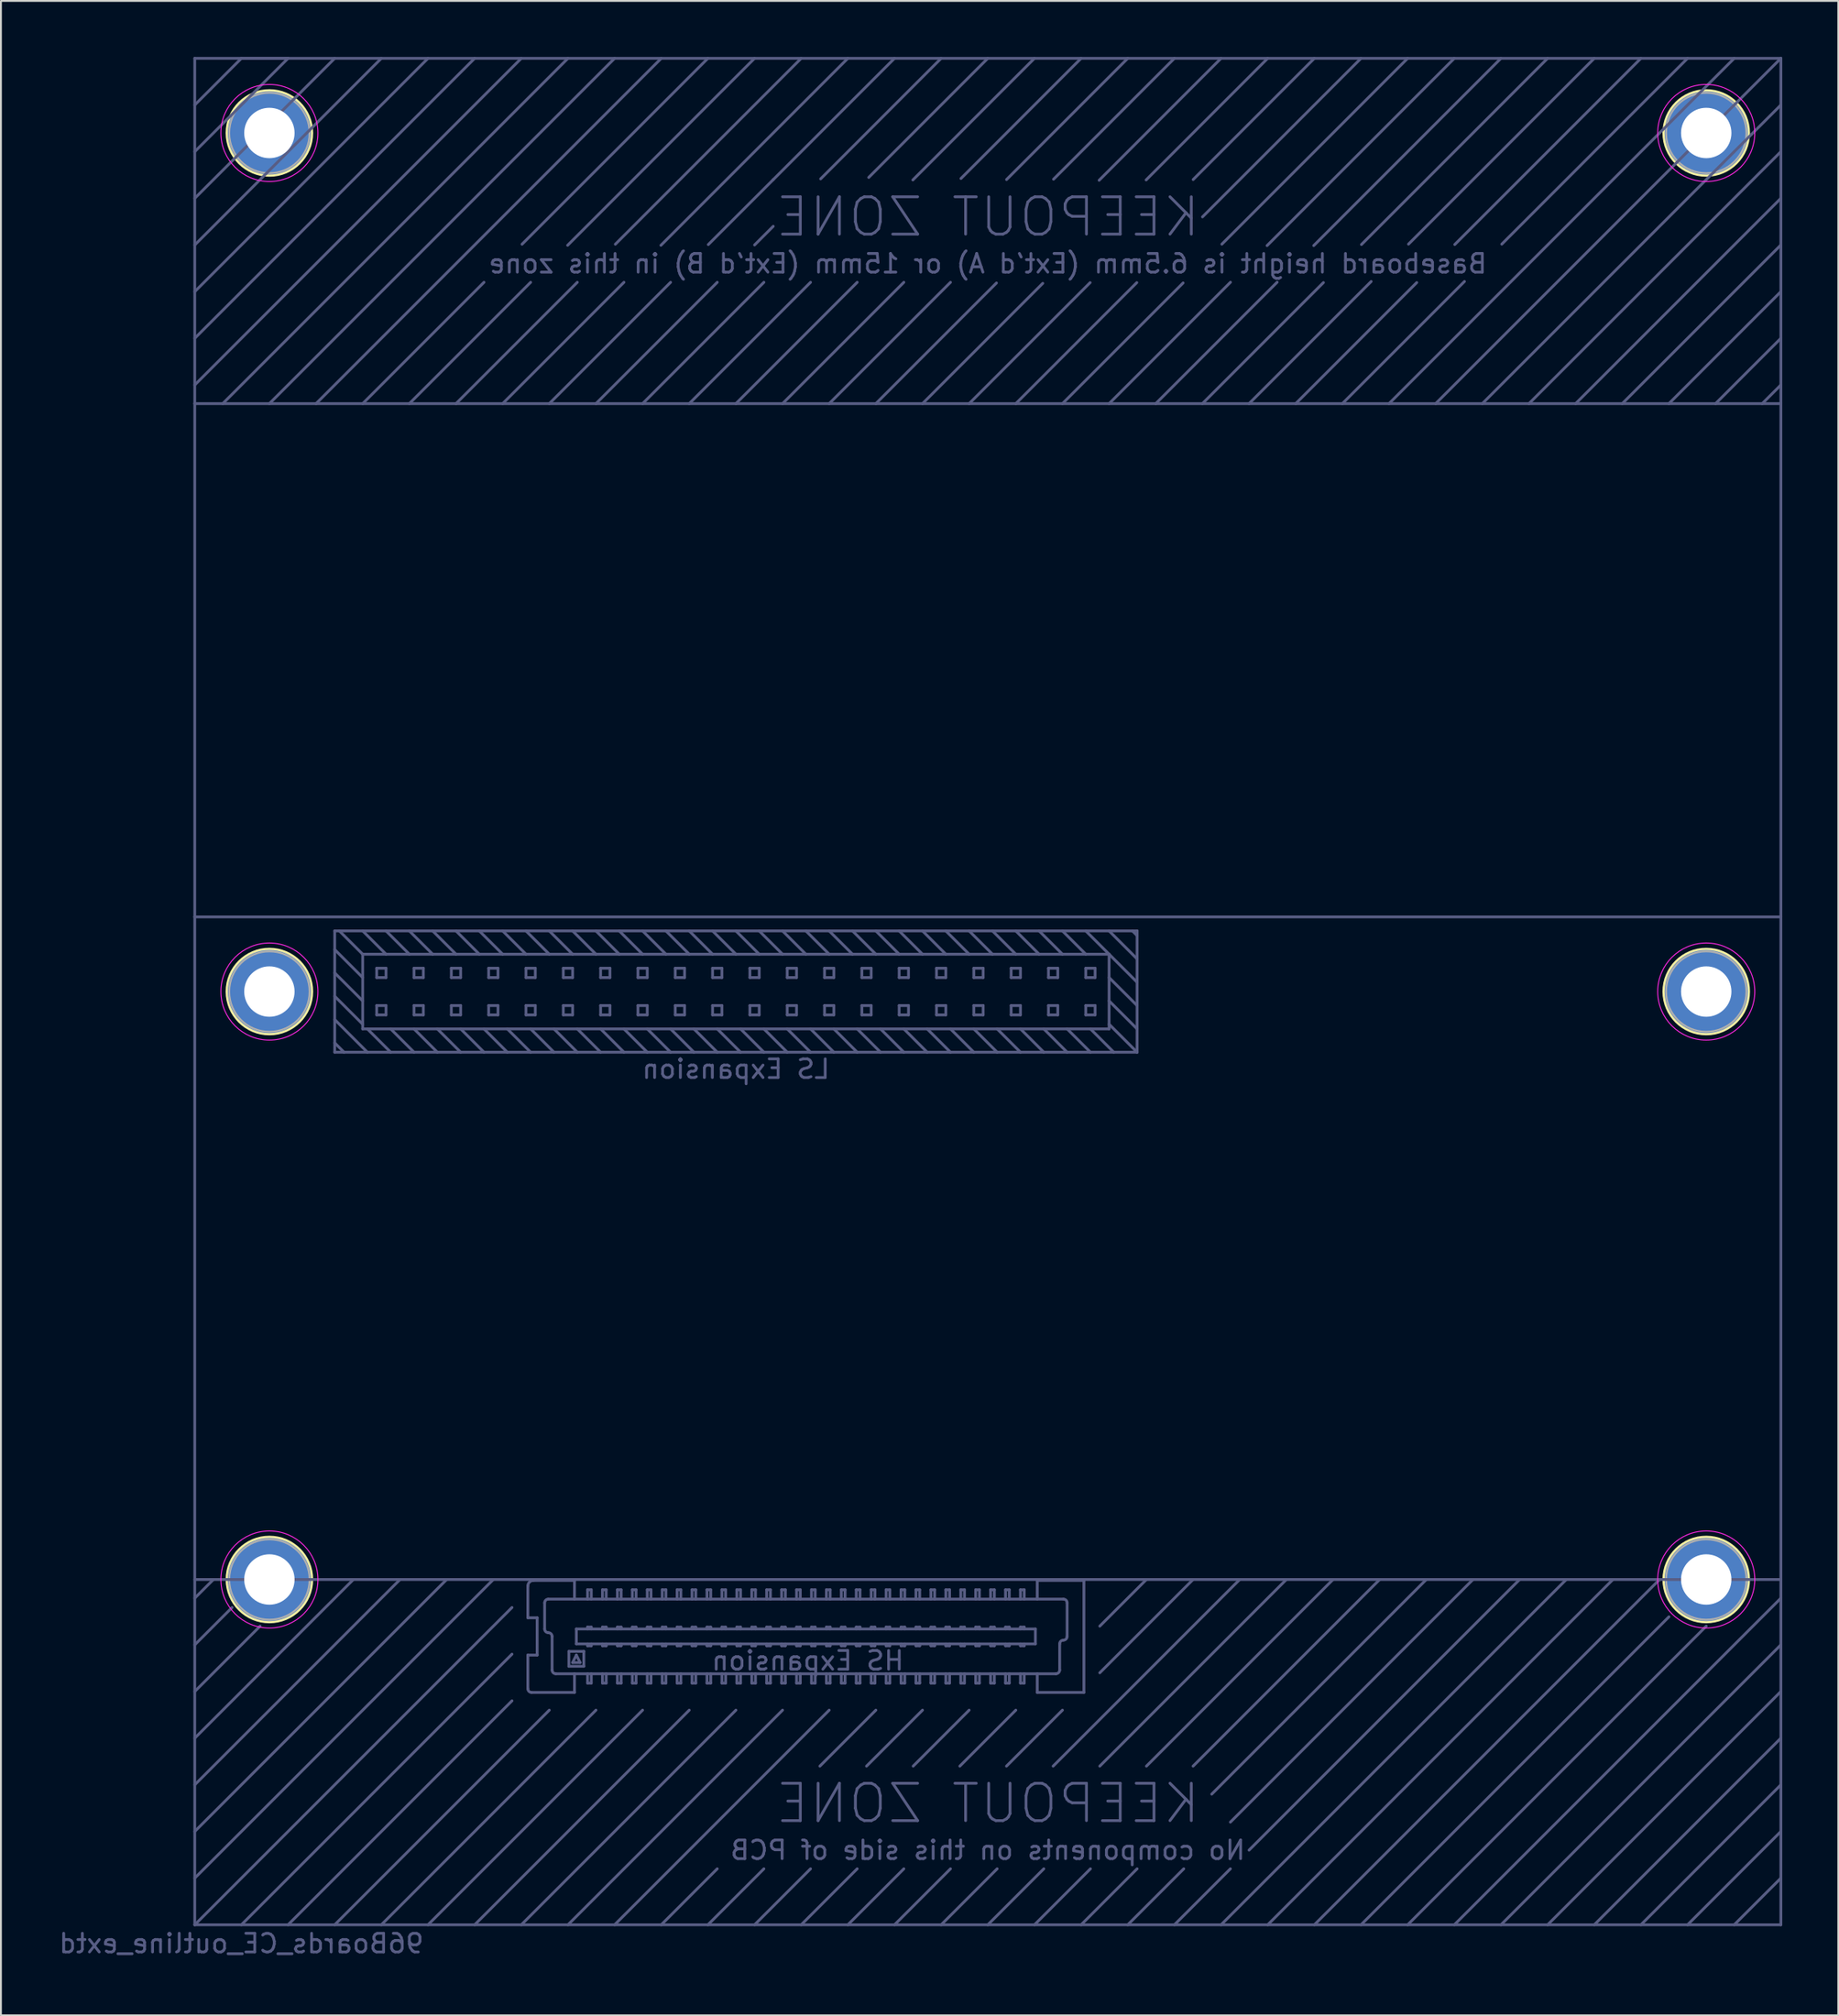
<source format=kicad_pcb>
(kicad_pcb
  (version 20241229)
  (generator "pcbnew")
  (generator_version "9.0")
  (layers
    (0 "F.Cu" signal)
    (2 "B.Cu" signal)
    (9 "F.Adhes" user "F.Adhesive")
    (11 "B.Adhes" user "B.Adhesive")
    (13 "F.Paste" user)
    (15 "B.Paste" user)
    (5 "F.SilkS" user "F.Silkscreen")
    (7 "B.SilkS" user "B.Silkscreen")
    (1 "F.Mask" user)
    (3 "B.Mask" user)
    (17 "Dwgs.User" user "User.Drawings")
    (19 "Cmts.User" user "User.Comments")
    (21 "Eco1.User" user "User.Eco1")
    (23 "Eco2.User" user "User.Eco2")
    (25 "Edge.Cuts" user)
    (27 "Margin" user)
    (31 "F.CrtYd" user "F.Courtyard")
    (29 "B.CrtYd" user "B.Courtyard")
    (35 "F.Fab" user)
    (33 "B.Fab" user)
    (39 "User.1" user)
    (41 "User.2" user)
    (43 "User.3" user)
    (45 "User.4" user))
  (footprint "96Boards_CE_outline_extd"
    (layer "F.Cu")
    (at 7.387 100.075)
    (property "Reference" "96Boards_CE_outline_extd" (at 2.5 1 0) (layer "B.Fab") (effects (font (size 1 1) (thickness 0.15)) (justify mirror)))
    (attr through_hole)
    (fp_circle (center 4 -96) (end 4 -98.286) (stroke (width 0.12) (type solid)) (fill no) (layer "F.SilkS"))
    (fp_circle (center 4 -50) (end 4 -52.286) (stroke (width 0.12) (type solid)) (fill no) (layer "F.SilkS"))
    (fp_circle (center 4 -18.5) (end 4 -20.786) (stroke (width 0.12) (type solid)) (fill no) (layer "F.SilkS"))
    (fp_circle (center 81 -96) (end 81 -98.286) (stroke (width 0.12) (type solid)) (fill no) (layer "F.SilkS"))
    (fp_circle (center 81 -50) (end 81 -52.286) (stroke (width 0.12) (type solid)) (fill no) (layer "F.SilkS"))
    (fp_circle (center 81 -18.5) (end 81 -20.786) (stroke (width 0.12) (type solid)) (fill no) (layer "F.SilkS"))
    (fp_circle (center 4 -96) (end 6.6 -96) (stroke (width 0.05) (type solid)) (fill no) (layer "F.CrtYd"))
    (fp_circle (center 4 -50) (end 6.6 -50) (stroke (width 0.05) (type solid)) (fill no) (layer "F.CrtYd"))
    (fp_circle (center 4 -18.5) (end 6.6 -18.5) (stroke (width 0.05) (type solid)) (fill no) (layer "F.CrtYd"))
    (fp_circle (center 81 -96) (end 83.6 -96) (stroke (width 0.05) (type solid)) (fill no) (layer "F.CrtYd"))
    (fp_circle (center 81 -50) (end 83.6 -50) (stroke (width 0.05) (type solid)) (fill no) (layer "F.CrtYd"))
    (fp_circle (center 81 -18.5) (end 83.6 -18.5) (stroke (width 0.05) (type solid)) (fill no) (layer "F.CrtYd"))
    (fp_line (start 0 -100) (end 85 -100) (stroke (width 0.15) (type solid)) (layer "B.Fab"))
    (fp_line (start 0 -97.5) (end 2.5 -100) (stroke (width 0.15) (type solid)) (layer "B.Fab"))
    (fp_line (start 0 -92.5) (end 7.5 -100) (stroke (width 0.15) (type solid)) (layer "B.Fab"))
    (fp_line (start 0 -90) (end 10 -100) (stroke (width 0.15) (type solid)) (layer "B.Fab"))
    (fp_line (start 0 -87.5) (end 12.5 -100) (stroke (width 0.15) (type solid)) (layer "B.Fab"))
    (fp_line (start 0 -85) (end 15 -100) (stroke (width 0.15) (type solid)) (layer "B.Fab"))
    (fp_line (start 0 -82.5) (end 17.5 -100) (stroke (width 0.15) (type solid)) (layer "B.Fab"))
    (fp_line (start 0 -81.507) (end 0 -100) (stroke (width 0.15) (type solid)) (layer "B.Fab"))
    (fp_line (start 0 -81.5) (end 85 -81.5) (stroke (width 0.15) (type solid)) (layer "B.Fab"))
    (fp_line (start 0 -54.004) (end 0 -81.507) (stroke (width 0.15) (type solid)) (layer "B.Fab"))
    (fp_line (start 0 -54) (end 85 -54) (stroke (width 0.15) (type solid)) (layer "B.Fab"))
    (fp_line (start 0 -18.5) (end 85 -18.5) (stroke (width 0.15) (type solid)) (layer "B.Fab"))
    (fp_line (start 0 -17.5) (end 1 -18.5) (stroke (width 0.15) (type solid)) (layer "B.Fab"))
    (fp_line (start 0 -15) (end 2 -17) (stroke (width 0.15) (type solid)) (layer "B.Fab"))
    (fp_line (start 0 -12.5) (end 3.5 -16) (stroke (width 0.15) (type solid)) (layer "B.Fab"))
    (fp_line (start 0 -10) (end 8.5 -18.5) (stroke (width 0.15) (type solid)) (layer "B.Fab"))
    (fp_line (start 0 -7.5) (end 11 -18.5) (stroke (width 0.15) (type solid)) (layer "B.Fab"))
    (fp_line (start 0 -5) (end 13.5 -18.5) (stroke (width 0.15) (type solid)) (layer "B.Fab"))
    (fp_line (start 0 -2.5) (end 16 -18.5) (stroke (width 0.15) (type solid)) (layer "B.Fab"))
    (fp_line (start 0 0) (end 0 -54.004) (stroke (width 0.15) (type solid)) (layer "B.Fab"))
    (fp_line (start 0 0) (end 17 -17) (stroke (width 0.15) (type solid)) (layer "B.Fab"))
    (fp_line (start 1.5 -81.5) (end 20 -100) (stroke (width 0.15) (type solid)) (layer "B.Fab"))
    (fp_line (start 2.5 -100) (end 5 -100) (stroke (width 0.15) (type solid)) (layer "B.Fab"))
    (fp_line (start 2.5 0) (end 17 -14.5) (stroke (width 0.15) (type solid)) (layer "B.Fab"))
    (fp_line (start 4 -81.5) (end 22.5 -100) (stroke (width 0.15) (type solid)) (layer "B.Fab"))
    (fp_line (start 5 -100) (end 0 -95) (stroke (width 0.15) (type solid)) (layer "B.Fab"))
    (fp_line (start 5 0) (end 17 -12) (stroke (width 0.15) (type solid)) (layer "B.Fab"))
    (fp_line (start 6.5 -81.5) (end 25 -100) (stroke (width 0.15) (type solid)) (layer "B.Fab"))
    (fp_line (start 7.5 -53.25) (end 50.5 -53.25) (stroke (width 0.15) (type solid)) (layer "B.Fab"))
    (fp_line (start 7.5 -46.75) (end 7.5 -53.25) (stroke (width 0.15) (type solid)) (layer "B.Fab"))
    (fp_line (start 7.5 0) (end 19 -11.5) (stroke (width 0.15) (type solid)) (layer "B.Fab"))
    (fp_line (start 8 -46.75) (end 7.5 -47.25) (stroke (width 0.15) (type solid)) (layer "B.Fab"))
    (fp_line (start 9 -81.5) (end 15.5 -88) (stroke (width 0.15) (type solid)) (layer "B.Fab"))
    (fp_line (start 9 -52) (end 7.75 -53.25) (stroke (width 0.15) (type solid)) (layer "B.Fab"))
    (fp_line (start 9 -52) (end 49 -52) (stroke (width 0.15) (type solid)) (layer "B.Fab"))
    (fp_line (start 9 -50.75) (end 7.5 -52.25) (stroke (width 0.15) (type solid)) (layer "B.Fab"))
    (fp_line (start 9 -49.5) (end 7.5 -51) (stroke (width 0.15) (type solid)) (layer "B.Fab"))
    (fp_line (start 9 -48.25) (end 7.5 -49.75) (stroke (width 0.15) (type solid)) (layer "B.Fab"))
    (fp_line (start 9 -48) (end 9 -52) (stroke (width 0.15) (type solid)) (layer "B.Fab"))
    (fp_line (start 9.25 -46.75) (end 7.5 -48.5) (stroke (width 0.15) (type solid)) (layer "B.Fab"))
    (fp_line (start 9.75 -51.25) (end 9.75 -50.75) (stroke (width 0.15) (type solid)) (layer "B.Fab"))
    (fp_line (start 9.75 -51.25) (end 10.25 -51.25) (stroke (width 0.15) (type solid)) (layer "B.Fab"))
    (fp_line (start 9.75 -49.25) (end 10.25 -49.25) (stroke (width 0.15) (type solid)) (layer "B.Fab"))
    (fp_line (start 9.75 -48.75) (end 9.75 -49.25) (stroke (width 0.15) (type solid)) (layer "B.Fab"))
    (fp_line (start 10 0) (end 21.5 -11.5) (stroke (width 0.15) (type solid)) (layer "B.Fab"))
    (fp_line (start 10.25 -52) (end 9 -53.25) (stroke (width 0.15) (type solid)) (layer "B.Fab"))
    (fp_line (start 10.25 -51.25) (end 10.25 -50.75) (stroke (width 0.15) (type solid)) (layer "B.Fab"))
    (fp_line (start 10.25 -50.75) (end 9.75 -50.75) (stroke (width 0.15) (type solid)) (layer "B.Fab"))
    (fp_line (start 10.25 -49.25) (end 10.25 -48.75) (stroke (width 0.15) (type solid)) (layer "B.Fab"))
    (fp_line (start 10.25 -48.75) (end 9.75 -48.75) (stroke (width 0.15) (type solid)) (layer "B.Fab"))
    (fp_line (start 10.5 -46.75) (end 9.25 -48) (stroke (width 0.15) (type solid)) (layer "B.Fab"))
    (fp_line (start 11.5 -81.5) (end 18 -88) (stroke (width 0.15) (type solid)) (layer "B.Fab"))
    (fp_line (start 11.5 -52) (end 10.25 -53.25) (stroke (width 0.15) (type solid)) (layer "B.Fab"))
    (fp_line (start 11.75 -51.25) (end 11.75 -50.75) (stroke (width 0.15) (type solid)) (layer "B.Fab"))
    (fp_line (start 11.75 -51.25) (end 12.25 -51.25) (stroke (width 0.15) (type solid)) (layer "B.Fab"))
    (fp_line (start 11.75 -49.25) (end 12.25 -49.25) (stroke (width 0.15) (type solid)) (layer "B.Fab"))
    (fp_line (start 11.75 -48.75) (end 11.75 -49.25) (stroke (width 0.15) (type solid)) (layer "B.Fab"))
    (fp_line (start 11.75 -46.75) (end 10.5 -48) (stroke (width 0.15) (type solid)) (layer "B.Fab"))
    (fp_line (start 12.25 -51.25) (end 12.25 -50.75) (stroke (width 0.15) (type solid)) (layer "B.Fab"))
    (fp_line (start 12.25 -50.75) (end 11.75 -50.75) (stroke (width 0.15) (type solid)) (layer "B.Fab"))
    (fp_line (start 12.25 -49.25) (end 12.25 -48.75) (stroke (width 0.15) (type solid)) (layer "B.Fab"))
    (fp_line (start 12.25 -48.75) (end 11.75 -48.75) (stroke (width 0.15) (type solid)) (layer "B.Fab"))
    (fp_line (start 12.5 0) (end 24 -11.5) (stroke (width 0.15) (type solid)) (layer "B.Fab"))
    (fp_line (start 12.75 -52) (end 11.5 -53.25) (stroke (width 0.15) (type solid)) (layer "B.Fab"))
    (fp_line (start 13 -46.75) (end 11.75 -48) (stroke (width 0.15) (type solid)) (layer "B.Fab"))
    (fp_line (start 13.75 -51.25) (end 13.75 -50.75) (stroke (width 0.15) (type solid)) (layer "B.Fab"))
    (fp_line (start 13.75 -51.25) (end 14.25 -51.25) (stroke (width 0.15) (type solid)) (layer "B.Fab"))
    (fp_line (start 13.75 -49.25) (end 14.25 -49.25) (stroke (width 0.15) (type solid)) (layer "B.Fab"))
    (fp_line (start 13.75 -48.75) (end 13.75 -49.25) (stroke (width 0.15) (type solid)) (layer "B.Fab"))
    (fp_line (start 14 -81.5) (end 20.5 -88) (stroke (width 0.15) (type solid)) (layer "B.Fab"))
    (fp_line (start 14 -52) (end 12.75 -53.25) (stroke (width 0.15) (type solid)) (layer "B.Fab"))
    (fp_line (start 14.25 -51.25) (end 14.25 -50.75) (stroke (width 0.15) (type solid)) (layer "B.Fab"))
    (fp_line (start 14.25 -50.75) (end 13.75 -50.75) (stroke (width 0.15) (type solid)) (layer "B.Fab"))
    (fp_line (start 14.25 -49.25) (end 14.25 -48.75) (stroke (width 0.15) (type solid)) (layer "B.Fab"))
    (fp_line (start 14.25 -48.75) (end 13.75 -48.75) (stroke (width 0.15) (type solid)) (layer "B.Fab"))
    (fp_line (start 14.25 -46.75) (end 13 -48) (stroke (width 0.15) (type solid)) (layer "B.Fab"))
    (fp_line (start 15 0) (end 26.5 -11.5) (stroke (width 0.15) (type solid)) (layer "B.Fab"))
    (fp_line (start 15.25 -52) (end 14 -53.25) (stroke (width 0.15) (type solid)) (layer "B.Fab"))
    (fp_line (start 15.5 -46.75) (end 14.25 -48) (stroke (width 0.15) (type solid)) (layer "B.Fab"))
    (fp_line (start 15.75 -51.25) (end 15.75 -50.75) (stroke (width 0.15) (type solid)) (layer "B.Fab"))
    (fp_line (start 15.75 -51.25) (end 16.25 -51.25) (stroke (width 0.15) (type solid)) (layer "B.Fab"))
    (fp_line (start 15.75 -49.25) (end 16.25 -49.25) (stroke (width 0.15) (type solid)) (layer "B.Fab"))
    (fp_line (start 15.75 -48.75) (end 15.75 -49.25) (stroke (width 0.15) (type solid)) (layer "B.Fab"))
    (fp_line (start 16.25 -51.25) (end 16.25 -50.75) (stroke (width 0.15) (type solid)) (layer "B.Fab"))
    (fp_line (start 16.25 -50.75) (end 15.75 -50.75) (stroke (width 0.15) (type solid)) (layer "B.Fab"))
    (fp_line (start 16.25 -49.25) (end 16.25 -48.75) (stroke (width 0.15) (type solid)) (layer "B.Fab"))
    (fp_line (start 16.25 -48.75) (end 15.75 -48.75) (stroke (width 0.15) (type solid)) (layer "B.Fab"))
    (fp_line (start 16.5 -81.5) (end 23 -88) (stroke (width 0.15) (type solid)) (layer "B.Fab"))
    (fp_line (start 16.5 -52) (end 15.25 -53.25) (stroke (width 0.15) (type solid)) (layer "B.Fab"))
    (fp_line (start 16.75 -46.75) (end 15.5 -48) (stroke (width 0.15) (type solid)) (layer "B.Fab"))
    (fp_line (start 17.5 0) (end 29 -11.5) (stroke (width 0.15) (type solid)) (layer "B.Fab"))
    (fp_line (start 17.539 -90.039) (end 27.5 -100) (stroke (width 0.15) (type solid)) (layer "B.Fab"))
    (fp_line (start 17.75 -52) (end 16.5 -53.25) (stroke (width 0.15) (type solid)) (layer "B.Fab"))
    (fp_line (start 17.75 -51.25) (end 17.75 -50.75) (stroke (width 0.15) (type solid)) (layer "B.Fab"))
    (fp_line (start 17.75 -51.25) (end 18.25 -51.25) (stroke (width 0.15) (type solid)) (layer "B.Fab"))
    (fp_line (start 17.75 -49.25) (end 18.25 -49.25) (stroke (width 0.15) (type solid)) (layer "B.Fab"))
    (fp_line (start 17.75 -48.75) (end 17.75 -49.25) (stroke (width 0.15) (type solid)) (layer "B.Fab"))
    (fp_line (start 17.85 -18.15) (end 17.85 -16.45) (stroke (width 0.15) (type solid)) (layer "B.Fab"))
    (fp_line (start 17.85 -16.45) (end 18.35 -16.45) (stroke (width 0.15) (type solid)) (layer "B.Fab"))
    (fp_line (start 17.85 -14.45) (end 17.85 -12.65) (stroke (width 0.15) (type solid)) (layer "B.Fab"))
    (fp_line (start 18 -46.75) (end 16.75 -48) (stroke (width 0.15) (type solid)) (layer "B.Fab"))
    (fp_line (start 18.05 -12.45) (end 20.35 -12.45) (stroke (width 0.15) (type solid)) (layer "B.Fab"))
    (fp_line (start 18.25 -51.25) (end 18.25 -50.75) (stroke (width 0.15) (type solid)) (layer "B.Fab"))
    (fp_line (start 18.25 -50.75) (end 17.75 -50.75) (stroke (width 0.15) (type solid)) (layer "B.Fab"))
    (fp_line (start 18.25 -49.25) (end 18.25 -48.75) (stroke (width 0.15) (type solid)) (layer "B.Fab"))
    (fp_line (start 18.25 -48.75) (end 17.75 -48.75) (stroke (width 0.15) (type solid)) (layer "B.Fab"))
    (fp_line (start 18.35 -16.45) (end 18.35 -14.45) (stroke (width 0.15) (type solid)) (layer "B.Fab"))
    (fp_line (start 18.35 -14.45) (end 17.85 -14.45) (stroke (width 0.15) (type solid)) (layer "B.Fab"))
    (fp_line (start 18.75 -15.85) (end 18.75 -17.25) (stroke (width 0.15) (type solid)) (layer "B.Fab"))
    (fp_line (start 18.95 -17.45) (end 46.55 -17.45) (stroke (width 0.15) (type solid)) (layer "B.Fab"))
    (fp_line (start 19 -81.5) (end 25.5 -88) (stroke (width 0.15) (type solid)) (layer "B.Fab"))
    (fp_line (start 19 -52) (end 17.75 -53.25) (stroke (width 0.15) (type solid)) (layer "B.Fab"))
    (fp_line (start 19.15 -15.45) (end 19.15 -13.65) (stroke (width 0.15) (type solid)) (layer "B.Fab"))
    (fp_line (start 19.25 -46.75) (end 18 -48) (stroke (width 0.15) (type solid)) (layer "B.Fab"))
    (fp_line (start 19.35 -13.45) (end 46.15 -13.45) (stroke (width 0.15) (type solid)) (layer "B.Fab"))
    (fp_line (start 19.75 -51.25) (end 19.75 -50.75) (stroke (width 0.15) (type solid)) (layer "B.Fab"))
    (fp_line (start 19.75 -51.25) (end 20.25 -51.25) (stroke (width 0.15) (type solid)) (layer "B.Fab"))
    (fp_line (start 19.75 -49.25) (end 20.25 -49.25) (stroke (width 0.15) (type solid)) (layer "B.Fab"))
    (fp_line (start 19.75 -48.75) (end 19.75 -49.25) (stroke (width 0.15) (type solid)) (layer "B.Fab"))
    (fp_line (start 19.982 -89.982) (end 30 -100) (stroke (width 0.15) (type solid)) (layer "B.Fab"))
    (fp_line (start 20 0) (end 31.5 -11.5) (stroke (width 0.15) (type solid)) (layer "B.Fab"))
    (fp_line (start 20.05 -14.65) (end 20.85 -14.65) (stroke (width 0.15) (type solid)) (layer "B.Fab"))
    (fp_line (start 20.05 -13.85) (end 20.05 -14.65) (stroke (width 0.15) (type solid)) (layer "B.Fab"))
    (fp_line (start 20.25 -52) (end 19 -53.25) (stroke (width 0.15) (type solid)) (layer "B.Fab"))
    (fp_line (start 20.25 -51.25) (end 20.25 -50.75) (stroke (width 0.15) (type solid)) (layer "B.Fab"))
    (fp_line (start 20.25 -50.75) (end 19.75 -50.75) (stroke (width 0.15) (type solid)) (layer "B.Fab"))
    (fp_line (start 20.25 -49.25) (end 20.25 -48.75) (stroke (width 0.15) (type solid)) (layer "B.Fab"))
    (fp_line (start 20.25 -48.75) (end 19.75 -48.75) (stroke (width 0.15) (type solid)) (layer "B.Fab"))
    (fp_line (start 20.25 -14.05) (end 20.65 -14.05) (stroke (width 0.15) (type solid)) (layer "B.Fab"))
    (fp_line (start 20.35 -18.45) (end 18.15 -18.45) (stroke (width 0.15) (type solid)) (layer "B.Fab"))
    (fp_line (start 20.35 -18.45) (end 20.35 -17.45) (stroke (width 0.15) (type solid)) (layer "B.Fab"))
    (fp_line (start 20.35 -12.45) (end 20.35 -13.45) (stroke (width 0.15) (type solid)) (layer "B.Fab"))
    (fp_line (start 20.45 -15.85) (end 20.45 -15.05) (stroke (width 0.15) (type solid)) (layer "B.Fab"))
    (fp_line (start 20.45 -15.05) (end 45.05 -15.05) (stroke (width 0.15) (type solid)) (layer "B.Fab"))
    (fp_line (start 20.45 -14.45) (end 20.25 -14.05) (stroke (width 0.15) (type solid)) (layer "B.Fab"))
    (fp_line (start 20.5 -46.75) (end 19.25 -48) (stroke (width 0.15) (type solid)) (layer "B.Fab"))
    (fp_line (start 20.65 -14.05) (end 20.45 -14.45) (stroke (width 0.15) (type solid)) (layer "B.Fab"))
    (fp_line (start 20.85 -14.65) (end 20.85 -13.85) (stroke (width 0.15) (type solid)) (layer "B.Fab"))
    (fp_line (start 20.85 -13.85) (end 20.05 -13.85) (stroke (width 0.15) (type solid)) (layer "B.Fab"))
    (fp_line (start 21.05 -17.95) (end 21.25 -17.95) (stroke (width 0.15) (type solid)) (layer "B.Fab"))
    (fp_line (start 21.05 -17.45) (end 21.05 -17.95) (stroke (width 0.15) (type solid)) (layer "B.Fab"))
    (fp_line (start 21.05 -15.95) (end 21.25 -15.95) (stroke (width 0.15) (type solid)) (layer "B.Fab"))
    (fp_line (start 21.05 -15.85) (end 21.05 -15.95) (stroke (width 0.15) (type solid)) (layer "B.Fab"))
    (fp_line (start 21.05 -15.05) (end 21.05 -14.95) (stroke (width 0.15) (type solid)) (layer "B.Fab"))
    (fp_line (start 21.05 -14.95) (end 21.25 -14.95) (stroke (width 0.15) (type solid)) (layer "B.Fab"))
    (fp_line (start 21.05 -13.45) (end 21.05 -12.95) (stroke (width 0.15) (type solid)) (layer "B.Fab"))
    (fp_line (start 21.05 -12.95) (end 21.25 -12.95) (stroke (width 0.15) (type solid)) (layer "B.Fab"))
    (fp_line (start 21.25 -17.95) (end 21.25 -17.45) (stroke (width 0.15) (type solid)) (layer "B.Fab"))
    (fp_line (start 21.25 -15.95) (end 21.25 -15.85) (stroke (width 0.15) (type solid)) (layer "B.Fab"))
    (fp_line (start 21.25 -14.95) (end 21.25 -15.05) (stroke (width 0.15) (type solid)) (layer "B.Fab"))
    (fp_line (start 21.25 -12.95) (end 21.25 -13.45) (stroke (width 0.15) (type solid)) (layer "B.Fab"))
    (fp_line (start 21.5 -81.5) (end 28 -88) (stroke (width 0.15) (type solid)) (layer "B.Fab"))
    (fp_line (start 21.5 -52) (end 20.25 -53.25) (stroke (width 0.15) (type solid)) (layer "B.Fab"))
    (fp_line (start 21.75 -51.25) (end 21.75 -50.75) (stroke (width 0.15) (type solid)) (layer "B.Fab"))
    (fp_line (start 21.75 -51.25) (end 22.25 -51.25) (stroke (width 0.15) (type solid)) (layer "B.Fab"))
    (fp_line (start 21.75 -49.25) (end 22.25 -49.25) (stroke (width 0.15) (type solid)) (layer "B.Fab"))
    (fp_line (start 21.75 -48.75) (end 21.75 -49.25) (stroke (width 0.15) (type solid)) (layer "B.Fab"))
    (fp_line (start 21.75 -46.75) (end 20.5 -48) (stroke (width 0.15) (type solid)) (layer "B.Fab"))
    (fp_line (start 21.85 -17.95) (end 22.05 -17.95) (stroke (width 0.15) (type solid)) (layer "B.Fab"))
    (fp_line (start 21.85 -17.45) (end 21.85 -17.95) (stroke (width 0.15) (type solid)) (layer "B.Fab"))
    (fp_line (start 21.85 -15.95) (end 22.05 -15.95) (stroke (width 0.15) (type solid)) (layer "B.Fab"))
    (fp_line (start 21.85 -15.85) (end 21.85 -15.95) (stroke (width 0.15) (type solid)) (layer "B.Fab"))
    (fp_line (start 21.85 -15.05) (end 21.85 -14.95) (stroke (width 0.15) (type solid)) (layer "B.Fab"))
    (fp_line (start 21.85 -14.95) (end 22.05 -14.95) (stroke (width 0.15) (type solid)) (layer "B.Fab"))
    (fp_line (start 21.85 -13.45) (end 21.85 -12.95) (stroke (width 0.15) (type solid)) (layer "B.Fab"))
    (fp_line (start 21.85 -12.95) (end 22.05 -12.95) (stroke (width 0.15) (type solid)) (layer "B.Fab"))
    (fp_line (start 22.05 -17.95) (end 22.05 -17.45) (stroke (width 0.15) (type solid)) (layer "B.Fab"))
    (fp_line (start 22.05 -15.95) (end 22.05 -15.85) (stroke (width 0.15) (type solid)) (layer "B.Fab"))
    (fp_line (start 22.05 -14.95) (end 22.05 -15.05) (stroke (width 0.15) (type solid)) (layer "B.Fab"))
    (fp_line (start 22.05 -12.95) (end 22.05 -13.45) (stroke (width 0.15) (type solid)) (layer "B.Fab"))
    (fp_line (start 22.25 -51.25) (end 22.25 -50.75) (stroke (width 0.15) (type solid)) (layer "B.Fab"))
    (fp_line (start 22.25 -50.75) (end 21.75 -50.75) (stroke (width 0.15) (type solid)) (layer "B.Fab"))
    (fp_line (start 22.25 -49.25) (end 22.25 -48.75) (stroke (width 0.15) (type solid)) (layer "B.Fab"))
    (fp_line (start 22.25 -48.75) (end 21.75 -48.75) (stroke (width 0.15) (type solid)) (layer "B.Fab"))
    (fp_line (start 22.5 0) (end 34 -11.5) (stroke (width 0.15) (type solid)) (layer "B.Fab"))
    (fp_line (start 22.539 -90.039) (end 32.5 -100) (stroke (width 0.15) (type solid)) (layer "B.Fab"))
    (fp_line (start 22.65 -17.95) (end 22.85 -17.95) (stroke (width 0.15) (type solid)) (layer "B.Fab"))
    (fp_line (start 22.65 -17.45) (end 22.65 -17.95) (stroke (width 0.15) (type solid)) (layer "B.Fab"))
    (fp_line (start 22.65 -15.95) (end 22.85 -15.95) (stroke (width 0.15) (type solid)) (layer "B.Fab"))
    (fp_line (start 22.65 -15.85) (end 22.65 -15.95) (stroke (width 0.15) (type solid)) (layer "B.Fab"))
    (fp_line (start 22.65 -15.05) (end 22.65 -14.95) (stroke (width 0.15) (type solid)) (layer "B.Fab"))
    (fp_line (start 22.65 -14.95) (end 22.85 -14.95) (stroke (width 0.15) (type solid)) (layer "B.Fab"))
    (fp_line (start 22.65 -13.45) (end 22.65 -12.95) (stroke (width 0.15) (type solid)) (layer "B.Fab"))
    (fp_line (start 22.65 -12.95) (end 22.85 -12.95) (stroke (width 0.15) (type solid)) (layer "B.Fab"))
    (fp_line (start 22.75 -52) (end 21.5 -53.25) (stroke (width 0.15) (type solid)) (layer "B.Fab"))
    (fp_line (start 22.85 -17.95) (end 22.85 -17.45) (stroke (width 0.15) (type solid)) (layer "B.Fab"))
    (fp_line (start 22.85 -15.95) (end 22.85 -15.85) (stroke (width 0.15) (type solid)) (layer "B.Fab"))
    (fp_line (start 22.85 -14.95) (end 22.85 -15.05) (stroke (width 0.15) (type solid)) (layer "B.Fab"))
    (fp_line (start 22.85 -12.95) (end 22.85 -13.45) (stroke (width 0.15) (type solid)) (layer "B.Fab"))
    (fp_line (start 23 -46.75) (end 21.75 -48) (stroke (width 0.15) (type solid)) (layer "B.Fab"))
    (fp_line (start 23.45 -17.95) (end 23.65 -17.95) (stroke (width 0.15) (type solid)) (layer "B.Fab"))
    (fp_line (start 23.45 -17.45) (end 23.45 -17.95) (stroke (width 0.15) (type solid)) (layer "B.Fab"))
    (fp_line (start 23.45 -15.95) (end 23.65 -15.95) (stroke (width 0.15) (type solid)) (layer "B.Fab"))
    (fp_line (start 23.45 -15.85) (end 23.45 -15.95) (stroke (width 0.15) (type solid)) (layer "B.Fab"))
    (fp_line (start 23.45 -15.05) (end 23.45 -14.95) (stroke (width 0.15) (type solid)) (layer "B.Fab"))
    (fp_line (start 23.45 -14.95) (end 23.65 -14.95) (stroke (width 0.15) (type solid)) (layer "B.Fab"))
    (fp_line (start 23.45 -13.45) (end 23.45 -12.95) (stroke (width 0.15) (type solid)) (layer "B.Fab"))
    (fp_line (start 23.45 -12.95) (end 23.65 -12.95) (stroke (width 0.15) (type solid)) (layer "B.Fab"))
    (fp_line (start 23.65 -17.95) (end 23.65 -17.45) (stroke (width 0.15) (type solid)) (layer "B.Fab"))
    (fp_line (start 23.65 -15.95) (end 23.65 -15.85) (stroke (width 0.15) (type solid)) (layer "B.Fab"))
    (fp_line (start 23.65 -14.95) (end 23.65 -15.05) (stroke (width 0.15) (type solid)) (layer "B.Fab"))
    (fp_line (start 23.65 -12.95) (end 23.65 -13.45) (stroke (width 0.15) (type solid)) (layer "B.Fab"))
    (fp_line (start 23.75 -51.25) (end 23.75 -50.75) (stroke (width 0.15) (type solid)) (layer "B.Fab"))
    (fp_line (start 23.75 -51.25) (end 24.25 -51.25) (stroke (width 0.15) (type solid)) (layer "B.Fab"))
    (fp_line (start 23.75 -49.25) (end 24.25 -49.25) (stroke (width 0.15) (type solid)) (layer "B.Fab"))
    (fp_line (start 23.75 -48.75) (end 23.75 -49.25) (stroke (width 0.15) (type solid)) (layer "B.Fab"))
    (fp_line (start 24 -81.5) (end 30.5 -88) (stroke (width 0.15) (type solid)) (layer "B.Fab"))
    (fp_line (start 24 -52) (end 22.75 -53.25) (stroke (width 0.15) (type solid)) (layer "B.Fab"))
    (fp_line (start 24.25 -51.25) (end 24.25 -50.75) (stroke (width 0.15) (type solid)) (layer "B.Fab"))
    (fp_line (start 24.25 -50.75) (end 23.75 -50.75) (stroke (width 0.15) (type solid)) (layer "B.Fab"))
    (fp_line (start 24.25 -49.25) (end 24.25 -48.75) (stroke (width 0.15) (type solid)) (layer "B.Fab"))
    (fp_line (start 24.25 -48.75) (end 23.75 -48.75) (stroke (width 0.15) (type solid)) (layer "B.Fab"))
    (fp_line (start 24.25 -46.75) (end 23 -48) (stroke (width 0.15) (type solid)) (layer "B.Fab"))
    (fp_line (start 24.25 -17.95) (end 24.45 -17.95) (stroke (width 0.15) (type solid)) (layer "B.Fab"))
    (fp_line (start 24.25 -17.45) (end 24.25 -17.95) (stroke (width 0.15) (type solid)) (layer "B.Fab"))
    (fp_line (start 24.25 -15.95) (end 24.45 -15.95) (stroke (width 0.15) (type solid)) (layer "B.Fab"))
    (fp_line (start 24.25 -15.85) (end 24.25 -15.95) (stroke (width 0.15) (type solid)) (layer "B.Fab"))
    (fp_line (start 24.25 -15.05) (end 24.25 -14.95) (stroke (width 0.15) (type solid)) (layer "B.Fab"))
    (fp_line (start 24.25 -14.95) (end 24.45 -14.95) (stroke (width 0.15) (type solid)) (layer "B.Fab"))
    (fp_line (start 24.25 -13.45) (end 24.25 -12.95) (stroke (width 0.15) (type solid)) (layer "B.Fab"))
    (fp_line (start 24.25 -12.95) (end 24.45 -12.95) (stroke (width 0.15) (type solid)) (layer "B.Fab"))
    (fp_line (start 24.45 -17.95) (end 24.45 -17.45) (stroke (width 0.15) (type solid)) (layer "B.Fab"))
    (fp_line (start 24.45 -15.95) (end 24.45 -15.85) (stroke (width 0.15) (type solid)) (layer "B.Fab"))
    (fp_line (start 24.45 -14.95) (end 24.45 -15.05) (stroke (width 0.15) (type solid)) (layer "B.Fab"))
    (fp_line (start 24.45 -12.95) (end 24.45 -13.45) (stroke (width 0.15) (type solid)) (layer "B.Fab"))
    (fp_line (start 24.982 -89.982) (end 35 -100) (stroke (width 0.15) (type solid)) (layer "B.Fab"))
    (fp_line (start 25 0) (end 28 -3) (stroke (width 0.15) (type solid)) (layer "B.Fab"))
    (fp_line (start 25.05 -17.95) (end 25.25 -17.95) (stroke (width 0.15) (type solid)) (layer "B.Fab"))
    (fp_line (start 25.05 -17.45) (end 25.05 -17.95) (stroke (width 0.15) (type solid)) (layer "B.Fab"))
    (fp_line (start 25.05 -15.95) (end 25.25 -15.95) (stroke (width 0.15) (type solid)) (layer "B.Fab"))
    (fp_line (start 25.05 -15.85) (end 25.05 -15.95) (stroke (width 0.15) (type solid)) (layer "B.Fab"))
    (fp_line (start 25.05 -15.05) (end 25.05 -14.95) (stroke (width 0.15) (type solid)) (layer "B.Fab"))
    (fp_line (start 25.05 -14.95) (end 25.25 -14.95) (stroke (width 0.15) (type solid)) (layer "B.Fab"))
    (fp_line (start 25.05 -13.45) (end 25.05 -12.95) (stroke (width 0.15) (type solid)) (layer "B.Fab"))
    (fp_line (start 25.05 -12.95) (end 25.25 -12.95) (stroke (width 0.15) (type solid)) (layer "B.Fab"))
    (fp_line (start 25.25 -52) (end 24 -53.25) (stroke (width 0.15) (type solid)) (layer "B.Fab"))
    (fp_line (start 25.25 -17.95) (end 25.25 -17.45) (stroke (width 0.15) (type solid)) (layer "B.Fab"))
    (fp_line (start 25.25 -15.95) (end 25.25 -15.85) (stroke (width 0.15) (type solid)) (layer "B.Fab"))
    (fp_line (start 25.25 -14.95) (end 25.25 -15.05) (stroke (width 0.15) (type solid)) (layer "B.Fab"))
    (fp_line (start 25.25 -12.95) (end 25.25 -13.45) (stroke (width 0.15) (type solid)) (layer "B.Fab"))
    (fp_line (start 25.5 -46.75) (end 24.25 -48) (stroke (width 0.15) (type solid)) (layer "B.Fab"))
    (fp_line (start 25.75 -51.25) (end 25.75 -50.75) (stroke (width 0.15) (type solid)) (layer "B.Fab"))
    (fp_line (start 25.75 -51.25) (end 26.25 -51.25) (stroke (width 0.15) (type solid)) (layer "B.Fab"))
    (fp_line (start 25.75 -49.25) (end 26.25 -49.25) (stroke (width 0.15) (type solid)) (layer "B.Fab"))
    (fp_line (start 25.75 -48.75) (end 25.75 -49.25) (stroke (width 0.15) (type solid)) (layer "B.Fab"))
    (fp_line (start 25.85 -17.95) (end 26.05 -17.95) (stroke (width 0.15) (type solid)) (layer "B.Fab"))
    (fp_line (start 25.85 -17.45) (end 25.85 -17.95) (stroke (width 0.15) (type solid)) (layer "B.Fab"))
    (fp_line (start 25.85 -15.95) (end 26.05 -15.95) (stroke (width 0.15) (type solid)) (layer "B.Fab"))
    (fp_line (start 25.85 -15.85) (end 25.85 -15.95) (stroke (width 0.15) (type solid)) (layer "B.Fab"))
    (fp_line (start 25.85 -15.05) (end 25.85 -14.95) (stroke (width 0.15) (type solid)) (layer "B.Fab"))
    (fp_line (start 25.85 -14.95) (end 26.05 -14.95) (stroke (width 0.15) (type solid)) (layer "B.Fab"))
    (fp_line (start 25.85 -13.45) (end 25.85 -12.95) (stroke (width 0.15) (type solid)) (layer "B.Fab"))
    (fp_line (start 25.85 -12.95) (end 26.05 -12.95) (stroke (width 0.15) (type solid)) (layer "B.Fab"))
    (fp_line (start 26.05 -17.95) (end 26.05 -17.45) (stroke (width 0.15) (type solid)) (layer "B.Fab"))
    (fp_line (start 26.05 -15.95) (end 26.05 -15.85) (stroke (width 0.15) (type solid)) (layer "B.Fab"))
    (fp_line (start 26.05 -14.95) (end 26.05 -15.05) (stroke (width 0.15) (type solid)) (layer "B.Fab"))
    (fp_line (start 26.05 -12.95) (end 26.05 -13.45) (stroke (width 0.15) (type solid)) (layer "B.Fab"))
    (fp_line (start 26.25 -51.25) (end 26.25 -50.75) (stroke (width 0.15) (type solid)) (layer "B.Fab"))
    (fp_line (start 26.25 -50.75) (end 25.75 -50.75) (stroke (width 0.15) (type solid)) (layer "B.Fab"))
    (fp_line (start 26.25 -49.25) (end 26.25 -48.75) (stroke (width 0.15) (type solid)) (layer "B.Fab"))
    (fp_line (start 26.25 -48.75) (end 25.75 -48.75) (stroke (width 0.15) (type solid)) (layer "B.Fab"))
    (fp_line (start 26.5 -81.5) (end 33 -88) (stroke (width 0.15) (type solid)) (layer "B.Fab"))
    (fp_line (start 26.5 -52) (end 25.25 -53.25) (stroke (width 0.15) (type solid)) (layer "B.Fab"))
    (fp_line (start 26.65 -17.95) (end 26.85 -17.95) (stroke (width 0.15) (type solid)) (layer "B.Fab"))
    (fp_line (start 26.65 -17.45) (end 26.65 -17.95) (stroke (width 0.15) (type solid)) (layer "B.Fab"))
    (fp_line (start 26.65 -15.95) (end 26.85 -15.95) (stroke (width 0.15) (type solid)) (layer "B.Fab"))
    (fp_line (start 26.65 -15.85) (end 26.65 -15.95) (stroke (width 0.15) (type solid)) (layer "B.Fab"))
    (fp_line (start 26.65 -15.05) (end 26.65 -14.95) (stroke (width 0.15) (type solid)) (layer "B.Fab"))
    (fp_line (start 26.65 -14.95) (end 26.85 -14.95) (stroke (width 0.15) (type solid)) (layer "B.Fab"))
    (fp_line (start 26.65 -13.45) (end 26.65 -12.95) (stroke (width 0.15) (type solid)) (layer "B.Fab"))
    (fp_line (start 26.65 -12.95) (end 26.85 -12.95) (stroke (width 0.15) (type solid)) (layer "B.Fab"))
    (fp_line (start 26.75 -46.75) (end 25.5 -48) (stroke (width 0.15) (type solid)) (layer "B.Fab"))
    (fp_line (start 26.85 -17.95) (end 26.85 -17.45) (stroke (width 0.15) (type solid)) (layer "B.Fab"))
    (fp_line (start 26.85 -15.95) (end 26.85 -15.85) (stroke (width 0.15) (type solid)) (layer "B.Fab"))
    (fp_line (start 26.85 -14.95) (end 26.85 -15.05) (stroke (width 0.15) (type solid)) (layer "B.Fab"))
    (fp_line (start 26.85 -12.95) (end 26.85 -13.45) (stroke (width 0.15) (type solid)) (layer "B.Fab"))
    (fp_line (start 27.45 -17.95) (end 27.65 -17.95) (stroke (width 0.15) (type solid)) (layer "B.Fab"))
    (fp_line (start 27.45 -17.45) (end 27.45 -17.95) (stroke (width 0.15) (type solid)) (layer "B.Fab"))
    (fp_line (start 27.45 -15.95) (end 27.65 -15.95) (stroke (width 0.15) (type solid)) (layer "B.Fab"))
    (fp_line (start 27.45 -15.85) (end 27.45 -15.95) (stroke (width 0.15) (type solid)) (layer "B.Fab"))
    (fp_line (start 27.45 -15.05) (end 27.45 -14.95) (stroke (width 0.15) (type solid)) (layer "B.Fab"))
    (fp_line (start 27.45 -14.95) (end 27.65 -14.95) (stroke (width 0.15) (type solid)) (layer "B.Fab"))
    (fp_line (start 27.45 -13.45) (end 27.45 -12.95) (stroke (width 0.15) (type solid)) (layer "B.Fab"))
    (fp_line (start 27.45 -12.95) (end 27.65 -12.95) (stroke (width 0.15) (type solid)) (layer "B.Fab"))
    (fp_line (start 27.5 0) (end 30.5 -3) (stroke (width 0.15) (type solid)) (layer "B.Fab"))
    (fp_line (start 27.521 -90.021) (end 31.002 -93.502) (stroke (width 0.15) (type solid)) (layer "B.Fab"))
    (fp_line (start 27.65 -17.95) (end 27.65 -17.45) (stroke (width 0.15) (type solid)) (layer "B.Fab"))
    (fp_line (start 27.65 -15.95) (end 27.65 -15.85) (stroke (width 0.15) (type solid)) (layer "B.Fab"))
    (fp_line (start 27.65 -14.95) (end 27.65 -15.05) (stroke (width 0.15) (type solid)) (layer "B.Fab"))
    (fp_line (start 27.65 -12.95) (end 27.65 -13.45) (stroke (width 0.15) (type solid)) (layer "B.Fab"))
    (fp_line (start 27.75 -52) (end 26.5 -53.25) (stroke (width 0.15) (type solid)) (layer "B.Fab"))
    (fp_line (start 27.75 -51.25) (end 27.75 -50.75) (stroke (width 0.15) (type solid)) (layer "B.Fab"))
    (fp_line (start 27.75 -51.25) (end 28.25 -51.25) (stroke (width 0.15) (type solid)) (layer "B.Fab"))
    (fp_line (start 27.75 -49.25) (end 28.25 -49.25) (stroke (width 0.15) (type solid)) (layer "B.Fab"))
    (fp_line (start 27.75 -48.75) (end 27.75 -49.25) (stroke (width 0.15) (type solid)) (layer "B.Fab"))
    (fp_line (start 28 -46.75) (end 26.75 -48) (stroke (width 0.15) (type solid)) (layer "B.Fab"))
    (fp_line (start 28.25 -51.25) (end 28.25 -50.75) (stroke (width 0.15) (type solid)) (layer "B.Fab"))
    (fp_line (start 28.25 -50.75) (end 27.75 -50.75) (stroke (width 0.15) (type solid)) (layer "B.Fab"))
    (fp_line (start 28.25 -49.25) (end 28.25 -48.75) (stroke (width 0.15) (type solid)) (layer "B.Fab"))
    (fp_line (start 28.25 -48.75) (end 27.75 -48.75) (stroke (width 0.15) (type solid)) (layer "B.Fab"))
    (fp_line (start 28.25 -17.95) (end 28.45 -17.95) (stroke (width 0.15) (type solid)) (layer "B.Fab"))
    (fp_line (start 28.25 -17.45) (end 28.25 -17.95) (stroke (width 0.15) (type solid)) (layer "B.Fab"))
    (fp_line (start 28.25 -15.95) (end 28.45 -15.95) (stroke (width 0.15) (type solid)) (layer "B.Fab"))
    (fp_line (start 28.25 -15.85) (end 28.25 -15.95) (stroke (width 0.15) (type solid)) (layer "B.Fab"))
    (fp_line (start 28.25 -15.05) (end 28.25 -14.95) (stroke (width 0.15) (type solid)) (layer "B.Fab"))
    (fp_line (start 28.25 -14.95) (end 28.45 -14.95) (stroke (width 0.15) (type solid)) (layer "B.Fab"))
    (fp_line (start 28.25 -13.45) (end 28.25 -12.95) (stroke (width 0.15) (type solid)) (layer "B.Fab"))
    (fp_line (start 28.25 -12.95) (end 28.45 -12.95) (stroke (width 0.15) (type solid)) (layer "B.Fab"))
    (fp_line (start 28.45 -17.95) (end 28.45 -17.45) (stroke (width 0.15) (type solid)) (layer "B.Fab"))
    (fp_line (start 28.45 -15.95) (end 28.45 -15.85) (stroke (width 0.15) (type solid)) (layer "B.Fab"))
    (fp_line (start 28.45 -14.95) (end 28.45 -15.05) (stroke (width 0.15) (type solid)) (layer "B.Fab"))
    (fp_line (start 28.45 -12.95) (end 28.45 -13.45) (stroke (width 0.15) (type solid)) (layer "B.Fab"))
    (fp_line (start 29 -81.5) (end 35.5 -88) (stroke (width 0.15) (type solid)) (layer "B.Fab"))
    (fp_line (start 29 -52) (end 27.75 -53.25) (stroke (width 0.15) (type solid)) (layer "B.Fab"))
    (fp_line (start 29.05 -17.95) (end 29.25 -17.95) (stroke (width 0.15) (type solid)) (layer "B.Fab"))
    (fp_line (start 29.05 -17.45) (end 29.05 -17.95) (stroke (width 0.15) (type solid)) (layer "B.Fab"))
    (fp_line (start 29.05 -15.95) (end 29.25 -15.95) (stroke (width 0.15) (type solid)) (layer "B.Fab"))
    (fp_line (start 29.05 -15.85) (end 29.05 -15.95) (stroke (width 0.15) (type solid)) (layer "B.Fab"))
    (fp_line (start 29.05 -15.05) (end 29.05 -14.95) (stroke (width 0.15) (type solid)) (layer "B.Fab"))
    (fp_line (start 29.05 -14.95) (end 29.25 -14.95) (stroke (width 0.15) (type solid)) (layer "B.Fab"))
    (fp_line (start 29.05 -13.45) (end 29.05 -12.95) (stroke (width 0.15) (type solid)) (layer "B.Fab"))
    (fp_line (start 29.05 -12.95) (end 29.25 -12.95) (stroke (width 0.15) (type solid)) (layer "B.Fab"))
    (fp_line (start 29.25 -46.75) (end 28 -48) (stroke (width 0.15) (type solid)) (layer "B.Fab"))
    (fp_line (start 29.25 -17.95) (end 29.25 -17.45) (stroke (width 0.15) (type solid)) (layer "B.Fab"))
    (fp_line (start 29.25 -15.95) (end 29.25 -15.85) (stroke (width 0.15) (type solid)) (layer "B.Fab"))
    (fp_line (start 29.25 -14.95) (end 29.25 -15.05) (stroke (width 0.15) (type solid)) (layer "B.Fab"))
    (fp_line (start 29.25 -12.95) (end 29.25 -13.45) (stroke (width 0.15) (type solid)) (layer "B.Fab"))
    (fp_line (start 29.75 -51.25) (end 29.75 -50.75) (stroke (width 0.15) (type solid)) (layer "B.Fab"))
    (fp_line (start 29.75 -51.25) (end 30.25 -51.25) (stroke (width 0.15) (type solid)) (layer "B.Fab"))
    (fp_line (start 29.75 -49.25) (end 30.25 -49.25) (stroke (width 0.15) (type solid)) (layer "B.Fab"))
    (fp_line (start 29.75 -48.75) (end 29.75 -49.25) (stroke (width 0.15) (type solid)) (layer "B.Fab"))
    (fp_line (start 29.85 -17.95) (end 30.05 -17.95) (stroke (width 0.15) (type solid)) (layer "B.Fab"))
    (fp_line (start 29.85 -17.45) (end 29.85 -17.95) (stroke (width 0.15) (type solid)) (layer "B.Fab"))
    (fp_line (start 29.85 -15.95) (end 30.05 -15.95) (stroke (width 0.15) (type solid)) (layer "B.Fab"))
    (fp_line (start 29.85 -15.85) (end 29.85 -15.95) (stroke (width 0.15) (type solid)) (layer "B.Fab"))
    (fp_line (start 29.85 -15.05) (end 29.85 -14.95) (stroke (width 0.15) (type solid)) (layer "B.Fab"))
    (fp_line (start 29.85 -14.95) (end 30.05 -14.95) (stroke (width 0.15) (type solid)) (layer "B.Fab"))
    (fp_line (start 29.85 -13.45) (end 29.85 -12.95) (stroke (width 0.15) (type solid)) (layer "B.Fab"))
    (fp_line (start 29.85 -12.95) (end 30.05 -12.95) (stroke (width 0.15) (type solid)) (layer "B.Fab"))
    (fp_line (start 30 -90) (end 31 -91) (stroke (width 0.15) (type solid)) (layer "B.Fab"))
    (fp_line (start 30 0) (end 33 -3) (stroke (width 0.15) (type solid)) (layer "B.Fab"))
    (fp_line (start 30.05 -17.95) (end 30.05 -17.45) (stroke (width 0.15) (type solid)) (layer "B.Fab"))
    (fp_line (start 30.05 -15.95) (end 30.05 -15.85) (stroke (width 0.15) (type solid)) (layer "B.Fab"))
    (fp_line (start 30.05 -14.95) (end 30.05 -15.05) (stroke (width 0.15) (type solid)) (layer "B.Fab"))
    (fp_line (start 30.05 -12.95) (end 30.05 -13.45) (stroke (width 0.15) (type solid)) (layer "B.Fab"))
    (fp_line (start 30.25 -52) (end 29 -53.25) (stroke (width 0.15) (type solid)) (layer "B.Fab"))
    (fp_line (start 30.25 -51.25) (end 30.25 -50.75) (stroke (width 0.15) (type solid)) (layer "B.Fab"))
    (fp_line (start 30.25 -50.75) (end 29.75 -50.75) (stroke (width 0.15) (type solid)) (layer "B.Fab"))
    (fp_line (start 30.25 -49.25) (end 30.25 -48.75) (stroke (width 0.15) (type solid)) (layer "B.Fab"))
    (fp_line (start 30.25 -48.75) (end 29.75 -48.75) (stroke (width 0.15) (type solid)) (layer "B.Fab"))
    (fp_line (start 30.5 -46.75) (end 29.25 -48) (stroke (width 0.15) (type solid)) (layer "B.Fab"))
    (fp_line (start 30.65 -17.95) (end 30.85 -17.95) (stroke (width 0.15) (type solid)) (layer "B.Fab"))
    (fp_line (start 30.65 -17.45) (end 30.65 -17.95) (stroke (width 0.15) (type solid)) (layer "B.Fab"))
    (fp_line (start 30.65 -15.95) (end 30.85 -15.95) (stroke (width 0.15) (type solid)) (layer "B.Fab"))
    (fp_line (start 30.65 -15.85) (end 30.65 -15.95) (stroke (width 0.15) (type solid)) (layer "B.Fab"))
    (fp_line (start 30.65 -15.05) (end 30.65 -14.95) (stroke (width 0.15) (type solid)) (layer "B.Fab"))
    (fp_line (start 30.65 -14.95) (end 30.85 -14.95) (stroke (width 0.15) (type solid)) (layer "B.Fab"))
    (fp_line (start 30.65 -13.45) (end 30.65 -12.95) (stroke (width 0.15) (type solid)) (layer "B.Fab"))
    (fp_line (start 30.65 -12.95) (end 30.85 -12.95) (stroke (width 0.15) (type solid)) (layer "B.Fab"))
    (fp_line (start 30.85 -17.95) (end 30.85 -17.45) (stroke (width 0.15) (type solid)) (layer "B.Fab"))
    (fp_line (start 30.85 -15.95) (end 30.85 -15.85) (stroke (width 0.15) (type solid)) (layer "B.Fab"))
    (fp_line (start 30.85 -14.95) (end 30.85 -15.05) (stroke (width 0.15) (type solid)) (layer "B.Fab"))
    (fp_line (start 30.85 -12.95) (end 30.85 -13.45) (stroke (width 0.15) (type solid)) (layer "B.Fab"))
    (fp_line (start 31.002 -93.502) (end 37.5 -100) (stroke (width 0.15) (type solid)) (layer "B.Fab"))
    (fp_line (start 31.45 -17.95) (end 31.65 -17.95) (stroke (width 0.15) (type solid)) (layer "B.Fab"))
    (fp_line (start 31.45 -17.45) (end 31.45 -17.95) (stroke (width 0.15) (type solid)) (layer "B.Fab"))
    (fp_line (start 31.45 -15.95) (end 31.65 -15.95) (stroke (width 0.15) (type solid)) (layer "B.Fab"))
    (fp_line (start 31.45 -15.85) (end 31.45 -15.95) (stroke (width 0.15) (type solid)) (layer "B.Fab"))
    (fp_line (start 31.45 -15.05) (end 31.45 -14.95) (stroke (width 0.15) (type solid)) (layer "B.Fab"))
    (fp_line (start 31.45 -14.95) (end 31.65 -14.95) (stroke (width 0.15) (type solid)) (layer "B.Fab"))
    (fp_line (start 31.45 -13.45) (end 31.45 -12.95) (stroke (width 0.15) (type solid)) (layer "B.Fab"))
    (fp_line (start 31.45 -12.95) (end 31.65 -12.95) (stroke (width 0.15) (type solid)) (layer "B.Fab"))
    (fp_line (start 31.5 -81.5) (end 38 -88) (stroke (width 0.15) (type solid)) (layer "B.Fab"))
    (fp_line (start 31.5 -52) (end 30.25 -53.25) (stroke (width 0.15) (type solid)) (layer "B.Fab"))
    (fp_line (start 31.65 -17.95) (end 31.65 -17.45) (stroke (width 0.15) (type solid)) (layer "B.Fab"))
    (fp_line (start 31.65 -15.95) (end 31.65 -15.85) (stroke (width 0.15) (type solid)) (layer "B.Fab"))
    (fp_line (start 31.65 -14.95) (end 31.65 -15.05) (stroke (width 0.15) (type solid)) (layer "B.Fab"))
    (fp_line (start 31.65 -12.95) (end 31.65 -13.45) (stroke (width 0.15) (type solid)) (layer "B.Fab"))
    (fp_line (start 31.75 -51.25) (end 31.75 -50.75) (stroke (width 0.15) (type solid)) (layer "B.Fab"))
    (fp_line (start 31.75 -51.25) (end 32.25 -51.25) (stroke (width 0.15) (type solid)) (layer "B.Fab"))
    (fp_line (start 31.75 -49.25) (end 32.25 -49.25) (stroke (width 0.15) (type solid)) (layer "B.Fab"))
    (fp_line (start 31.75 -48.75) (end 31.75 -49.25) (stroke (width 0.15) (type solid)) (layer "B.Fab"))
    (fp_line (start 31.75 -46.75) (end 30.5 -48) (stroke (width 0.15) (type solid)) (layer "B.Fab"))
    (fp_line (start 32.25 -51.25) (end 32.25 -50.75) (stroke (width 0.15) (type solid)) (layer "B.Fab"))
    (fp_line (start 32.25 -50.75) (end 31.75 -50.75) (stroke (width 0.15) (type solid)) (layer "B.Fab"))
    (fp_line (start 32.25 -49.25) (end 32.25 -48.75) (stroke (width 0.15) (type solid)) (layer "B.Fab"))
    (fp_line (start 32.25 -48.75) (end 31.75 -48.75) (stroke (width 0.15) (type solid)) (layer "B.Fab"))
    (fp_line (start 32.25 -17.95) (end 32.45 -17.95) (stroke (width 0.15) (type solid)) (layer "B.Fab"))
    (fp_line (start 32.25 -17.45) (end 32.25 -17.95) (stroke (width 0.15) (type solid)) (layer "B.Fab"))
    (fp_line (start 32.25 -15.95) (end 32.45 -15.95) (stroke (width 0.15) (type solid)) (layer "B.Fab"))
    (fp_line (start 32.25 -15.85) (end 32.25 -15.95) (stroke (width 0.15) (type solid)) (layer "B.Fab"))
    (fp_line (start 32.25 -15.05) (end 32.25 -14.95) (stroke (width 0.15) (type solid)) (layer "B.Fab"))
    (fp_line (start 32.25 -14.95) (end 32.45 -14.95) (stroke (width 0.15) (type solid)) (layer "B.Fab"))
    (fp_line (start 32.25 -13.45) (end 32.25 -12.95) (stroke (width 0.15) (type solid)) (layer "B.Fab"))
    (fp_line (start 32.25 -12.95) (end 32.45 -12.95) (stroke (width 0.15) (type solid)) (layer "B.Fab"))
    (fp_line (start 32.45 -17.95) (end 32.45 -17.45) (stroke (width 0.15) (type solid)) (layer "B.Fab"))
    (fp_line (start 32.45 -15.95) (end 32.45 -15.85) (stroke (width 0.15) (type solid)) (layer "B.Fab"))
    (fp_line (start 32.45 -14.95) (end 32.45 -15.05) (stroke (width 0.15) (type solid)) (layer "B.Fab"))
    (fp_line (start 32.45 -12.95) (end 32.45 -13.45) (stroke (width 0.15) (type solid)) (layer "B.Fab"))
    (fp_line (start 32.5 0) (end 35.5 -3) (stroke (width 0.15) (type solid)) (layer "B.Fab"))
    (fp_line (start 32.75 -52) (end 31.5 -53.25) (stroke (width 0.15) (type solid)) (layer "B.Fab"))
    (fp_line (start 33 -46.75) (end 31.75 -48) (stroke (width 0.15) (type solid)) (layer "B.Fab"))
    (fp_line (start 33.05 -17.95) (end 33.25 -17.95) (stroke (width 0.15) (type solid)) (layer "B.Fab"))
    (fp_line (start 33.05 -17.45) (end 33.05 -17.95) (stroke (width 0.15) (type solid)) (layer "B.Fab"))
    (fp_line (start 33.05 -15.95) (end 33.25 -15.95) (stroke (width 0.15) (type solid)) (layer "B.Fab"))
    (fp_line (start 33.05 -15.85) (end 33.05 -15.95) (stroke (width 0.15) (type solid)) (layer "B.Fab"))
    (fp_line (start 33.05 -15.05) (end 33.05 -14.95) (stroke (width 0.15) (type solid)) (layer "B.Fab"))
    (fp_line (start 33.05 -14.95) (end 33.25 -14.95) (stroke (width 0.15) (type solid)) (layer "B.Fab"))
    (fp_line (start 33.05 -13.45) (end 33.05 -12.95) (stroke (width 0.15) (type solid)) (layer "B.Fab"))
    (fp_line (start 33.05 -12.95) (end 33.25 -12.95) (stroke (width 0.15) (type solid)) (layer "B.Fab"))
    (fp_line (start 33.25 -17.95) (end 33.25 -17.45) (stroke (width 0.15) (type solid)) (layer "B.Fab"))
    (fp_line (start 33.25 -15.95) (end 33.25 -15.85) (stroke (width 0.15) (type solid)) (layer "B.Fab"))
    (fp_line (start 33.25 -14.95) (end 33.25 -15.05) (stroke (width 0.15) (type solid)) (layer "B.Fab"))
    (fp_line (start 33.25 -12.95) (end 33.25 -13.45) (stroke (width 0.15) (type solid)) (layer "B.Fab"))
    (fp_line (start 33.5 -8.5) (end 36.5 -11.5) (stroke (width 0.15) (type solid)) (layer "B.Fab"))
    (fp_line (start 33.541 -93.541) (end 40 -100) (stroke (width 0.15) (type solid)) (layer "B.Fab"))
    (fp_line (start 33.75 -51.25) (end 33.75 -50.75) (stroke (width 0.15) (type solid)) (layer "B.Fab"))
    (fp_line (start 33.75 -51.25) (end 34.25 -51.25) (stroke (width 0.15) (type solid)) (layer "B.Fab"))
    (fp_line (start 33.75 -49.25) (end 34.25 -49.25) (stroke (width 0.15) (type solid)) (layer "B.Fab"))
    (fp_line (start 33.75 -48.75) (end 33.75 -49.25) (stroke (width 0.15) (type solid)) (layer "B.Fab"))
    (fp_line (start 33.85 -17.95) (end 34.05 -17.95) (stroke (width 0.15) (type solid)) (layer "B.Fab"))
    (fp_line (start 33.85 -17.45) (end 33.85 -17.95) (stroke (width 0.15) (type solid)) (layer "B.Fab"))
    (fp_line (start 33.85 -15.95) (end 34.05 -15.95) (stroke (width 0.15) (type solid)) (layer "B.Fab"))
    (fp_line (start 33.85 -15.85) (end 33.85 -15.95) (stroke (width 0.15) (type solid)) (layer "B.Fab"))
    (fp_line (start 33.85 -15.05) (end 33.85 -14.95) (stroke (width 0.15) (type solid)) (layer "B.Fab"))
    (fp_line (start 33.85 -14.95) (end 34.05 -14.95) (stroke (width 0.15) (type solid)) (layer "B.Fab"))
    (fp_line (start 33.85 -13.45) (end 33.85 -12.95) (stroke (width 0.15) (type solid)) (layer "B.Fab"))
    (fp_line (start 33.85 -12.95) (end 34.05 -12.95) (stroke (width 0.15) (type solid)) (layer "B.Fab"))
    (fp_line (start 34 -81.5) (end 40.5 -88) (stroke (width 0.15) (type solid)) (layer "B.Fab"))
    (fp_line (start 34 -52) (end 32.75 -53.25) (stroke (width 0.15) (type solid)) (layer "B.Fab"))
    (fp_line (start 34.05 -17.95) (end 34.05 -17.45) (stroke (width 0.15) (type solid)) (layer "B.Fab"))
    (fp_line (start 34.05 -15.95) (end 34.05 -15.85) (stroke (width 0.15) (type solid)) (layer "B.Fab"))
    (fp_line (start 34.05 -14.95) (end 34.05 -15.05) (stroke (width 0.15) (type solid)) (layer "B.Fab"))
    (fp_line (start 34.05 -12.95) (end 34.05 -13.45) (stroke (width 0.15) (type solid)) (layer "B.Fab"))
    (fp_line (start 34.25 -51.25) (end 34.25 -50.75) (stroke (width 0.15) (type solid)) (layer "B.Fab"))
    (fp_line (start 34.25 -50.75) (end 33.75 -50.75) (stroke (width 0.15) (type solid)) (layer "B.Fab"))
    (fp_line (start 34.25 -49.25) (end 34.25 -48.75) (stroke (width 0.15) (type solid)) (layer "B.Fab"))
    (fp_line (start 34.25 -48.75) (end 33.75 -48.75) (stroke (width 0.15) (type solid)) (layer "B.Fab"))
    (fp_line (start 34.25 -46.75) (end 33 -48) (stroke (width 0.15) (type solid)) (layer "B.Fab"))
    (fp_line (start 34.65 -17.95) (end 34.85 -17.95) (stroke (width 0.15) (type solid)) (layer "B.Fab"))
    (fp_line (start 34.65 -17.45) (end 34.65 -17.95) (stroke (width 0.15) (type solid)) (layer "B.Fab"))
    (fp_line (start 34.65 -15.95) (end 34.85 -15.95) (stroke (width 0.15) (type solid)) (layer "B.Fab"))
    (fp_line (start 34.65 -15.85) (end 34.65 -15.95) (stroke (width 0.15) (type solid)) (layer "B.Fab"))
    (fp_line (start 34.65 -15.05) (end 34.65 -14.95) (stroke (width 0.15) (type solid)) (layer "B.Fab"))
    (fp_line (start 34.65 -14.95) (end 34.85 -14.95) (stroke (width 0.15) (type solid)) (layer "B.Fab"))
    (fp_line (start 34.65 -13.45) (end 34.65 -12.95) (stroke (width 0.15) (type solid)) (layer "B.Fab"))
    (fp_line (start 34.65 -12.95) (end 34.85 -12.95) (stroke (width 0.15) (type solid)) (layer "B.Fab"))
    (fp_line (start 34.85 -17.95) (end 34.85 -17.45) (stroke (width 0.15) (type solid)) (layer "B.Fab"))
    (fp_line (start 34.85 -15.95) (end 34.85 -15.85) (stroke (width 0.15) (type solid)) (layer "B.Fab"))
    (fp_line (start 34.85 -14.95) (end 34.85 -15.05) (stroke (width 0.15) (type solid)) (layer "B.Fab"))
    (fp_line (start 34.85 -12.95) (end 34.85 -13.45) (stroke (width 0.15) (type solid)) (layer "B.Fab"))
    (fp_line (start 35 0) (end 38 -3) (stroke (width 0.15) (type solid)) (layer "B.Fab"))
    (fp_line (start 35.25 -52) (end 34 -53.25) (stroke (width 0.15) (type solid)) (layer "B.Fab"))
    (fp_line (start 35.45 -17.95) (end 35.65 -17.95) (stroke (width 0.15) (type solid)) (layer "B.Fab"))
    (fp_line (start 35.45 -17.45) (end 35.45 -17.95) (stroke (width 0.15) (type solid)) (layer "B.Fab"))
    (fp_line (start 35.45 -15.95) (end 35.65 -15.95) (stroke (width 0.15) (type solid)) (layer "B.Fab"))
    (fp_line (start 35.45 -15.85) (end 35.45 -15.95) (stroke (width 0.15) (type solid)) (layer "B.Fab"))
    (fp_line (start 35.45 -15.05) (end 35.45 -14.95) (stroke (width 0.15) (type solid)) (layer "B.Fab"))
    (fp_line (start 35.45 -14.95) (end 35.65 -14.95) (stroke (width 0.15) (type solid)) (layer "B.Fab"))
    (fp_line (start 35.45 -13.45) (end 35.45 -12.95) (stroke (width 0.15) (type solid)) (layer "B.Fab"))
    (fp_line (start 35.45 -12.95) (end 35.65 -12.95) (stroke (width 0.15) (type solid)) (layer "B.Fab"))
    (fp_line (start 35.5 -46.75) (end 34.25 -48) (stroke (width 0.15) (type solid)) (layer "B.Fab"))
    (fp_line (start 35.65 -17.95) (end 35.65 -17.45) (stroke (width 0.15) (type solid)) (layer "B.Fab"))
    (fp_line (start 35.65 -15.95) (end 35.65 -15.85) (stroke (width 0.15) (type solid)) (layer "B.Fab"))
    (fp_line (start 35.65 -14.95) (end 35.65 -15.05) (stroke (width 0.15) (type solid)) (layer "B.Fab"))
    (fp_line (start 35.65 -12.95) (end 35.65 -13.45) (stroke (width 0.15) (type solid)) (layer "B.Fab"))
    (fp_line (start 35.75 -51.25) (end 35.75 -50.75) (stroke (width 0.15) (type solid)) (layer "B.Fab"))
    (fp_line (start 35.75 -51.25) (end 36.25 -51.25) (stroke (width 0.15) (type solid)) (layer "B.Fab"))
    (fp_line (start 35.75 -49.25) (end 36.25 -49.25) (stroke (width 0.15) (type solid)) (layer "B.Fab"))
    (fp_line (start 35.75 -48.75) (end 35.75 -49.25) (stroke (width 0.15) (type solid)) (layer "B.Fab"))
    (fp_line (start 36 -8.5) (end 39 -11.5) (stroke (width 0.15) (type solid)) (layer "B.Fab"))
    (fp_line (start 36.118 -93.618) (end 42.5 -100) (stroke (width 0.15) (type solid)) (layer "B.Fab"))
    (fp_line (start 36.25 -51.25) (end 36.25 -50.75) (stroke (width 0.15) (type solid)) (layer "B.Fab"))
    (fp_line (start 36.25 -50.75) (end 35.75 -50.75) (stroke (width 0.15) (type solid)) (layer "B.Fab"))
    (fp_line (start 36.25 -49.25) (end 36.25 -48.75) (stroke (width 0.15) (type solid)) (layer "B.Fab"))
    (fp_line (start 36.25 -48.75) (end 35.75 -48.75) (stroke (width 0.15) (type solid)) (layer "B.Fab"))
    (fp_line (start 36.25 -17.95) (end 36.45 -17.95) (stroke (width 0.15) (type solid)) (layer "B.Fab"))
    (fp_line (start 36.25 -17.45) (end 36.25 -17.95) (stroke (width 0.15) (type solid)) (layer "B.Fab"))
    (fp_line (start 36.25 -15.95) (end 36.45 -15.95) (stroke (width 0.15) (type solid)) (layer "B.Fab"))
    (fp_line (start 36.25 -15.85) (end 36.25 -15.95) (stroke (width 0.15) (type solid)) (layer "B.Fab"))
    (fp_line (start 36.25 -15.05) (end 36.25 -14.95) (stroke (width 0.15) (type solid)) (layer "B.Fab"))
    (fp_line (start 36.25 -14.95) (end 36.45 -14.95) (stroke (width 0.15) (type solid)) (layer "B.Fab"))
    (fp_line (start 36.25 -13.45) (end 36.25 -12.95) (stroke (width 0.15) (type solid)) (layer "B.Fab"))
    (fp_line (start 36.25 -12.95) (end 36.45 -12.95) (stroke (width 0.15) (type solid)) (layer "B.Fab"))
    (fp_line (start 36.45 -17.95) (end 36.45 -17.45) (stroke (width 0.15) (type solid)) (layer "B.Fab"))
    (fp_line (start 36.45 -15.95) (end 36.45 -15.85) (stroke (width 0.15) (type solid)) (layer "B.Fab"))
    (fp_line (start 36.45 -14.95) (end 36.45 -15.05) (stroke (width 0.15) (type solid)) (layer "B.Fab"))
    (fp_line (start 36.45 -12.95) (end 36.45 -13.45) (stroke (width 0.15) (type solid)) (layer "B.Fab"))
    (fp_line (start 36.5 -81.5) (end 42.964 -87.964) (stroke (width 0.15) (type solid)) (layer "B.Fab"))
    (fp_line (start 36.5 -52) (end 35.25 -53.25) (stroke (width 0.15) (type solid)) (layer "B.Fab"))
    (fp_line (start 36.75 -46.75) (end 35.5 -48) (stroke (width 0.15) (type solid)) (layer "B.Fab"))
    (fp_line (start 37.05 -17.95) (end 37.25 -17.95) (stroke (width 0.15) (type solid)) (layer "B.Fab"))
    (fp_line (start 37.05 -17.45) (end 37.05 -17.95) (stroke (width 0.15) (type solid)) (layer "B.Fab"))
    (fp_line (start 37.05 -15.95) (end 37.25 -15.95) (stroke (width 0.15) (type solid)) (layer "B.Fab"))
    (fp_line (start 37.05 -15.85) (end 37.05 -15.95) (stroke (width 0.15) (type solid)) (layer "B.Fab"))
    (fp_line (start 37.05 -15.05) (end 37.05 -14.95) (stroke (width 0.15) (type solid)) (layer "B.Fab"))
    (fp_line (start 37.05 -14.95) (end 37.25 -14.95) (stroke (width 0.15) (type solid)) (layer "B.Fab"))
    (fp_line (start 37.05 -13.45) (end 37.05 -12.95) (stroke (width 0.15) (type solid)) (layer "B.Fab"))
    (fp_line (start 37.05 -12.95) (end 37.25 -12.95) (stroke (width 0.15) (type solid)) (layer "B.Fab"))
    (fp_line (start 37.25 -17.95) (end 37.25 -17.45) (stroke (width 0.15) (type solid)) (layer "B.Fab"))
    (fp_line (start 37.25 -15.95) (end 37.25 -15.85) (stroke (width 0.15) (type solid)) (layer "B.Fab"))
    (fp_line (start 37.25 -14.95) (end 37.25 -15.05) (stroke (width 0.15) (type solid)) (layer "B.Fab"))
    (fp_line (start 37.25 -12.95) (end 37.25 -13.45) (stroke (width 0.15) (type solid)) (layer "B.Fab"))
    (fp_line (start 37.75 -52) (end 36.5 -53.25) (stroke (width 0.15) (type solid)) (layer "B.Fab"))
    (fp_line (start 37.75 -51.25) (end 37.75 -50.75) (stroke (width 0.15) (type solid)) (layer "B.Fab"))
    (fp_line (start 37.75 -51.25) (end 38.25 -51.25) (stroke (width 0.15) (type solid)) (layer "B.Fab"))
    (fp_line (start 37.75 -49.25) (end 38.25 -49.25) (stroke (width 0.15) (type solid)) (layer "B.Fab"))
    (fp_line (start 37.75 -48.75) (end 37.75 -49.25) (stroke (width 0.15) (type solid)) (layer "B.Fab"))
    (fp_line (start 37.85 -17.95) (end 38.05 -17.95) (stroke (width 0.15) (type solid)) (layer "B.Fab"))
    (fp_line (start 37.85 -17.45) (end 37.85 -17.95) (stroke (width 0.15) (type solid)) (layer "B.Fab"))
    (fp_line (start 37.85 -15.95) (end 38.05 -15.95) (stroke (width 0.15) (type solid)) (layer "B.Fab"))
    (fp_line (start 37.85 -15.85) (end 37.85 -15.95) (stroke (width 0.15) (type solid)) (layer "B.Fab"))
    (fp_line (start 37.85 -15.05) (end 37.85 -14.95) (stroke (width 0.15) (type solid)) (layer "B.Fab"))
    (fp_line (start 37.85 -14.95) (end 38.05 -14.95) (stroke (width 0.15) (type solid)) (layer "B.Fab"))
    (fp_line (start 37.85 -13.45) (end 37.85 -12.95) (stroke (width 0.15) (type solid)) (layer "B.Fab"))
    (fp_line (start 37.85 -12.95) (end 38.05 -12.95) (stroke (width 0.15) (type solid)) (layer "B.Fab"))
    (fp_line (start 38 -46.75) (end 36.75 -48) (stroke (width 0.15) (type solid)) (layer "B.Fab"))
    (fp_line (start 38.05 -17.95) (end 38.05 -17.45) (stroke (width 0.15) (type solid)) (layer "B.Fab"))
    (fp_line (start 38.05 -15.95) (end 38.05 -15.85) (stroke (width 0.15) (type solid)) (layer "B.Fab"))
    (fp_line (start 38.05 -14.95) (end 38.05 -15.05) (stroke (width 0.15) (type solid)) (layer "B.Fab"))
    (fp_line (start 38.05 -12.95) (end 38.05 -13.45) (stroke (width 0.15) (type solid)) (layer "B.Fab"))
    (fp_line (start 38.25 -51.25) (end 38.25 -50.75) (stroke (width 0.15) (type solid)) (layer "B.Fab"))
    (fp_line (start 38.25 -50.75) (end 37.75 -50.75) (stroke (width 0.15) (type solid)) (layer "B.Fab"))
    (fp_line (start 38.25 -49.25) (end 38.25 -48.75) (stroke (width 0.15) (type solid)) (layer "B.Fab"))
    (fp_line (start 38.25 -48.75) (end 37.75 -48.75) (stroke (width 0.15) (type solid)) (layer "B.Fab"))
    (fp_line (start 38.484 -93.484) (end 45 -100) (stroke (width 0.15) (type solid)) (layer "B.Fab"))
    (fp_line (start 38.5 -8.5) (end 41.5 -11.5) (stroke (width 0.15) (type solid)) (layer "B.Fab"))
    (fp_line (start 38.65 -17.95) (end 38.85 -17.95) (stroke (width 0.15) (type solid)) (layer "B.Fab"))
    (fp_line (start 38.65 -17.45) (end 38.65 -17.95) (stroke (width 0.15) (type solid)) (layer "B.Fab"))
    (fp_line (start 38.65 -15.95) (end 38.85 -15.95) (stroke (width 0.15) (type solid)) (layer "B.Fab"))
    (fp_line (start 38.65 -15.85) (end 38.65 -15.95) (stroke (width 0.15) (type solid)) (layer "B.Fab"))
    (fp_line (start 38.65 -15.05) (end 38.65 -14.95) (stroke (width 0.15) (type solid)) (layer "B.Fab"))
    (fp_line (start 38.65 -14.95) (end 38.85 -14.95) (stroke (width 0.15) (type solid)) (layer "B.Fab"))
    (fp_line (start 38.65 -13.45) (end 38.65 -12.95) (stroke (width 0.15) (type solid)) (layer "B.Fab"))
    (fp_line (start 38.65 -12.95) (end 38.85 -12.95) (stroke (width 0.15) (type solid)) (layer "B.Fab"))
    (fp_line (start 38.85 -17.95) (end 38.85 -17.45) (stroke (width 0.15) (type solid)) (layer "B.Fab"))
    (fp_line (start 38.85 -15.95) (end 38.85 -15.85) (stroke (width 0.15) (type solid)) (layer "B.Fab"))
    (fp_line (start 38.85 -14.95) (end 38.85 -15.05) (stroke (width 0.15) (type solid)) (layer "B.Fab"))
    (fp_line (start 38.85 -12.95) (end 38.85 -13.45) (stroke (width 0.15) (type solid)) (layer "B.Fab"))
    (fp_line (start 39 -81.5) (end 45.445 -87.945) (stroke (width 0.15) (type solid)) (layer "B.Fab"))
    (fp_line (start 39 -52) (end 37.75 -53.25) (stroke (width 0.15) (type solid)) (layer "B.Fab"))
    (fp_line (start 39.25 -46.75) (end 38 -48) (stroke (width 0.15) (type solid)) (layer "B.Fab"))
    (fp_line (start 39.45 -17.95) (end 39.65 -17.95) (stroke (width 0.15) (type solid)) (layer "B.Fab"))
    (fp_line (start 39.45 -17.45) (end 39.45 -17.95) (stroke (width 0.15) (type solid)) (layer "B.Fab"))
    (fp_line (start 39.45 -15.95) (end 39.65 -15.95) (stroke (width 0.15) (type solid)) (layer "B.Fab"))
    (fp_line (start 39.45 -15.85) (end 39.45 -15.95) (stroke (width 0.15) (type solid)) (layer "B.Fab"))
    (fp_line (start 39.45 -15.05) (end 39.45 -14.95) (stroke (width 0.15) (type solid)) (layer "B.Fab"))
    (fp_line (start 39.45 -14.95) (end 39.65 -14.95) (stroke (width 0.15) (type solid)) (layer "B.Fab"))
    (fp_line (start 39.45 -13.45) (end 39.45 -12.95) (stroke (width 0.15) (type solid)) (layer "B.Fab"))
    (fp_line (start 39.45 -12.95) (end 39.65 -12.95) (stroke (width 0.15) (type solid)) (layer "B.Fab"))
    (fp_line (start 39.65 -17.95) (end 39.65 -17.45) (stroke (width 0.15) (type solid)) (layer "B.Fab"))
    (fp_line (start 39.65 -15.95) (end 39.65 -15.85) (stroke (width 0.15) (type solid)) (layer "B.Fab"))
    (fp_line (start 39.65 -14.95) (end 39.65 -15.05) (stroke (width 0.15) (type solid)) (layer "B.Fab"))
    (fp_line (start 39.65 -12.95) (end 39.65 -13.45) (stroke (width 0.15) (type solid)) (layer "B.Fab"))
    (fp_line (start 39.75 -51.25) (end 39.75 -50.75) (stroke (width 0.15) (type solid)) (layer "B.Fab"))
    (fp_line (start 39.75 -51.25) (end 40.25 -51.25) (stroke (width 0.15) (type solid)) (layer "B.Fab"))
    (fp_line (start 39.75 -49.25) (end 40.25 -49.25) (stroke (width 0.15) (type solid)) (layer "B.Fab"))
    (fp_line (start 39.75 -48.75) (end 39.75 -49.25) (stroke (width 0.15) (type solid)) (layer "B.Fab"))
    (fp_line (start 40.25 -52) (end 39 -53.25) (stroke (width 0.15) (type solid)) (layer "B.Fab"))
    (fp_line (start 40.25 -51.25) (end 40.25 -50.75) (stroke (width 0.15) (type solid)) (layer "B.Fab"))
    (fp_line (start 40.25 -50.75) (end 39.75 -50.75) (stroke (width 0.15) (type solid)) (layer "B.Fab"))
    (fp_line (start 40.25 -49.25) (end 40.25 -48.75) (stroke (width 0.15) (type solid)) (layer "B.Fab"))
    (fp_line (start 40.25 -48.75) (end 39.75 -48.75) (stroke (width 0.15) (type solid)) (layer "B.Fab"))
    (fp_line (start 40.25 -17.95) (end 40.45 -17.95) (stroke (width 0.15) (type solid)) (layer "B.Fab"))
    (fp_line (start 40.25 -17.45) (end 40.25 -17.95) (stroke (width 0.15) (type solid)) (layer "B.Fab"))
    (fp_line (start 40.25 -15.95) (end 40.45 -15.95) (stroke (width 0.15) (type solid)) (layer "B.Fab"))
    (fp_line (start 40.25 -15.85) (end 40.25 -15.95) (stroke (width 0.15) (type solid)) (layer "B.Fab"))
    (fp_line (start 40.25 -15.05) (end 40.25 -14.95) (stroke (width 0.15) (type solid)) (layer "B.Fab"))
    (fp_line (start 40.25 -14.95) (end 40.45 -14.95) (stroke (width 0.15) (type solid)) (layer "B.Fab"))
    (fp_line (start 40.25 -13.45) (end 40.25 -12.95) (stroke (width 0.15) (type solid)) (layer "B.Fab"))
    (fp_line (start 40.25 -12.95) (end 40.45 -12.95) (stroke (width 0.15) (type solid)) (layer "B.Fab"))
    (fp_line (start 40.45 -17.95) (end 40.45 -17.45) (stroke (width 0.15) (type solid)) (layer "B.Fab"))
    (fp_line (start 40.45 -15.95) (end 40.45 -15.85) (stroke (width 0.15) (type solid)) (layer "B.Fab"))
    (fp_line (start 40.45 -14.95) (end 40.45 -15.05) (stroke (width 0.15) (type solid)) (layer "B.Fab"))
    (fp_line (start 40.45 -12.95) (end 40.45 -13.45) (stroke (width 0.15) (type solid)) (layer "B.Fab"))
    (fp_line (start 40.5 -46.75) (end 39.25 -48) (stroke (width 0.15) (type solid)) (layer "B.Fab"))
    (fp_line (start 40.5 -3) (end 37.5 0) (stroke (width 0.15) (type solid)) (layer "B.Fab"))
    (fp_line (start 41 -8.5) (end 44 -11.5) (stroke (width 0.15) (type solid)) (layer "B.Fab"))
    (fp_line (start 41.05 -17.95) (end 41.25 -17.95) (stroke (width 0.15) (type solid)) (layer "B.Fab"))
    (fp_line (start 41.05 -17.45) (end 41.05 -17.95) (stroke (width 0.15) (type solid)) (layer "B.Fab"))
    (fp_line (start 41.05 -15.95) (end 41.25 -15.95) (stroke (width 0.15) (type solid)) (layer "B.Fab"))
    (fp_line (start 41.05 -15.85) (end 41.05 -15.95) (stroke (width 0.15) (type solid)) (layer "B.Fab"))
    (fp_line (start 41.05 -15.05) (end 41.05 -14.95) (stroke (width 0.15) (type solid)) (layer "B.Fab"))
    (fp_line (start 41.05 -14.95) (end 41.25 -14.95) (stroke (width 0.15) (type solid)) (layer "B.Fab"))
    (fp_line (start 41.05 -13.45) (end 41.05 -12.95) (stroke (width 0.15) (type solid)) (layer "B.Fab"))
    (fp_line (start 41.05 -12.95) (end 41.25 -12.95) (stroke (width 0.15) (type solid)) (layer "B.Fab"))
    (fp_line (start 41.061 -93.561) (end 47.5 -100) (stroke (width 0.15) (type solid)) (layer "B.Fab"))
    (fp_line (start 41.25 -17.95) (end 41.25 -17.45) (stroke (width 0.15) (type solid)) (layer "B.Fab"))
    (fp_line (start 41.25 -15.95) (end 41.25 -15.85) (stroke (width 0.15) (type solid)) (layer "B.Fab"))
    (fp_line (start 41.25 -14.95) (end 41.25 -15.05) (stroke (width 0.15) (type solid)) (layer "B.Fab"))
    (fp_line (start 41.25 -12.95) (end 41.25 -13.45) (stroke (width 0.15) (type solid)) (layer "B.Fab"))
    (fp_line (start 41.5 -81.5) (end 47.984 -87.984) (stroke (width 0.15) (type solid)) (layer "B.Fab"))
    (fp_line (start 41.5 -52) (end 40.25 -53.25) (stroke (width 0.15) (type solid)) (layer "B.Fab"))
    (fp_line (start 41.75 -51.25) (end 41.75 -50.75) (stroke (width 0.15) (type solid)) (layer "B.Fab"))
    (fp_line (start 41.75 -51.25) (end 42.25 -51.25) (stroke (width 0.15) (type solid)) (layer "B.Fab"))
    (fp_line (start 41.75 -49.25) (end 42.25 -49.25) (stroke (width 0.15) (type solid)) (layer "B.Fab"))
    (fp_line (start 41.75 -48.75) (end 41.75 -49.25) (stroke (width 0.15) (type solid)) (layer "B.Fab"))
    (fp_line (start 41.75 -46.75) (end 40.5 -48) (stroke (width 0.15) (type solid)) (layer "B.Fab"))
    (fp_line (start 41.85 -17.95) (end 42.05 -17.95) (stroke (width 0.15) (type solid)) (layer "B.Fab"))
    (fp_line (start 41.85 -17.45) (end 41.85 -17.95) (stroke (width 0.15) (type solid)) (layer "B.Fab"))
    (fp_line (start 41.85 -15.95) (end 42.05 -15.95) (stroke (width 0.15) (type solid)) (layer "B.Fab"))
    (fp_line (start 41.85 -15.85) (end 41.85 -15.95) (stroke (width 0.15) (type solid)) (layer "B.Fab"))
    (fp_line (start 41.85 -15.05) (end 41.85 -14.95) (stroke (width 0.15) (type solid)) (layer "B.Fab"))
    (fp_line (start 41.85 -14.95) (end 42.05 -14.95) (stroke (width 0.15) (type solid)) (layer "B.Fab"))
    (fp_line (start 41.85 -13.45) (end 41.85 -12.95) (stroke (width 0.15) (type solid)) (layer "B.Fab"))
    (fp_line (start 41.85 -12.95) (end 42.05 -12.95) (stroke (width 0.15) (type solid)) (layer "B.Fab"))
    (fp_line (start 42.05 -17.95) (end 42.05 -17.45) (stroke (width 0.15) (type solid)) (layer "B.Fab"))
    (fp_line (start 42.05 -15.95) (end 42.05 -15.85) (stroke (width 0.15) (type solid)) (layer "B.Fab"))
    (fp_line (start 42.05 -14.95) (end 42.05 -15.05) (stroke (width 0.15) (type solid)) (layer "B.Fab"))
    (fp_line (start 42.05 -12.95) (end 42.05 -13.45) (stroke (width 0.15) (type solid)) (layer "B.Fab"))
    (fp_line (start 42.25 -51.25) (end 42.25 -50.75) (stroke (width 0.15) (type solid)) (layer "B.Fab"))
    (fp_line (start 42.25 -50.75) (end 41.75 -50.75) (stroke (width 0.15) (type solid)) (layer "B.Fab"))
    (fp_line (start 42.25 -49.25) (end 42.25 -48.75) (stroke (width 0.15) (type solid)) (layer "B.Fab"))
    (fp_line (start 42.25 -48.75) (end 41.75 -48.75) (stroke (width 0.15) (type solid)) (layer "B.Fab"))
    (fp_line (start 42.65 -17.95) (end 42.85 -17.95) (stroke (width 0.15) (type solid)) (layer "B.Fab"))
    (fp_line (start 42.65 -17.45) (end 42.65 -17.95) (stroke (width 0.15) (type solid)) (layer "B.Fab"))
    (fp_line (start 42.65 -15.95) (end 42.85 -15.95) (stroke (width 0.15) (type solid)) (layer "B.Fab"))
    (fp_line (start 42.65 -15.85) (end 42.65 -15.95) (stroke (width 0.15) (type solid)) (layer "B.Fab"))
    (fp_line (start 42.65 -15.05) (end 42.65 -14.95) (stroke (width 0.15) (type solid)) (layer "B.Fab"))
    (fp_line (start 42.65 -14.95) (end 42.85 -14.95) (stroke (width 0.15) (type solid)) (layer "B.Fab"))
    (fp_line (start 42.65 -13.45) (end 42.65 -12.95) (stroke (width 0.15) (type solid)) (layer "B.Fab"))
    (fp_line (start 42.65 -12.95) (end 42.85 -12.95) (stroke (width 0.15) (type solid)) (layer "B.Fab"))
    (fp_line (start 42.75 -52) (end 41.5 -53.25) (stroke (width 0.15) (type solid)) (layer "B.Fab"))
    (fp_line (start 42.85 -17.95) (end 42.85 -17.45) (stroke (width 0.15) (type solid)) (layer "B.Fab"))
    (fp_line (start 42.85 -15.95) (end 42.85 -15.85) (stroke (width 0.15) (type solid)) (layer "B.Fab"))
    (fp_line (start 42.85 -14.95) (end 42.85 -15.05) (stroke (width 0.15) (type solid)) (layer "B.Fab"))
    (fp_line (start 42.85 -12.95) (end 42.85 -13.45) (stroke (width 0.15) (type solid)) (layer "B.Fab"))
    (fp_line (start 43 -46.75) (end 41.75 -48) (stroke (width 0.15) (type solid)) (layer "B.Fab"))
    (fp_line (start 43 -3) (end 40 0) (stroke (width 0.15) (type solid)) (layer "B.Fab"))
    (fp_line (start 43.45 -17.95) (end 43.65 -17.95) (stroke (width 0.15) (type solid)) (layer "B.Fab"))
    (fp_line (start 43.45 -17.45) (end 43.45 -17.95) (stroke (width 0.15) (type solid)) (layer "B.Fab"))
    (fp_line (start 43.45 -15.95) (end 43.65 -15.95) (stroke (width 0.15) (type solid)) (layer "B.Fab"))
    (fp_line (start 43.45 -15.85) (end 43.45 -15.95) (stroke (width 0.15) (type solid)) (layer "B.Fab"))
    (fp_line (start 43.45 -15.05) (end 43.45 -14.95) (stroke (width 0.15) (type solid)) (layer "B.Fab"))
    (fp_line (start 43.45 -14.95) (end 43.65 -14.95) (stroke (width 0.15) (type solid)) (layer "B.Fab"))
    (fp_line (start 43.45 -13.45) (end 43.45 -12.95) (stroke (width 0.15) (type solid)) (layer "B.Fab"))
    (fp_line (start 43.45 -12.95) (end 43.65 -12.95) (stroke (width 0.15) (type solid)) (layer "B.Fab"))
    (fp_line (start 43.5 -8.5) (end 46.5 -11.5) (stroke (width 0.15) (type solid)) (layer "B.Fab"))
    (fp_line (start 43.504 -93.504) (end 50 -100) (stroke (width 0.15) (type solid)) (layer "B.Fab"))
    (fp_line (start 43.65 -17.95) (end 43.65 -17.45) (stroke (width 0.15) (type solid)) (layer "B.Fab"))
    (fp_line (start 43.65 -15.95) (end 43.65 -15.85) (stroke (width 0.15) (type solid)) (layer "B.Fab"))
    (fp_line (start 43.65 -14.95) (end 43.65 -15.05) (stroke (width 0.15) (type solid)) (layer "B.Fab"))
    (fp_line (start 43.65 -12.95) (end 43.65 -13.45) (stroke (width 0.15) (type solid)) (layer "B.Fab"))
    (fp_line (start 43.75 -51.25) (end 43.75 -50.75) (stroke (width 0.15) (type solid)) (layer "B.Fab"))
    (fp_line (start 43.75 -51.25) (end 44.25 -51.25) (stroke (width 0.15) (type solid)) (layer "B.Fab"))
    (fp_line (start 43.75 -49.25) (end 44.25 -49.25) (stroke (width 0.15) (type solid)) (layer "B.Fab"))
    (fp_line (start 43.75 -48.75) (end 43.75 -49.25) (stroke (width 0.15) (type solid)) (layer "B.Fab"))
    (fp_line (start 44 -81.5) (end 50.484 -87.984) (stroke (width 0.15) (type solid)) (layer "B.Fab"))
    (fp_line (start 44 -52) (end 42.75 -53.25) (stroke (width 0.15) (type solid)) (layer "B.Fab"))
    (fp_line (start 44.25 -51.25) (end 44.25 -50.75) (stroke (width 0.15) (type solid)) (layer "B.Fab"))
    (fp_line (start 44.25 -50.75) (end 43.75 -50.75) (stroke (width 0.15) (type solid)) (layer "B.Fab"))
    (fp_line (start 44.25 -49.25) (end 44.25 -48.75) (stroke (width 0.15) (type solid)) (layer "B.Fab"))
    (fp_line (start 44.25 -48.75) (end 43.75 -48.75) (stroke (width 0.15) (type solid)) (layer "B.Fab"))
    (fp_line (start 44.25 -46.75) (end 43 -48) (stroke (width 0.15) (type solid)) (layer "B.Fab"))
    (fp_line (start 44.25 -17.95) (end 44.45 -17.95) (stroke (width 0.15) (type solid)) (layer "B.Fab"))
    (fp_line (start 44.25 -17.45) (end 44.25 -17.95) (stroke (width 0.15) (type solid)) (layer "B.Fab"))
    (fp_line (start 44.25 -15.95) (end 44.45 -15.95) (stroke (width 0.15) (type solid)) (layer "B.Fab"))
    (fp_line (start 44.25 -15.85) (end 44.25 -15.95) (stroke (width 0.15) (type solid)) (layer "B.Fab"))
    (fp_line (start 44.25 -15.05) (end 44.25 -14.95) (stroke (width 0.15) (type solid)) (layer "B.Fab"))
    (fp_line (start 44.25 -14.95) (end 44.45 -14.95) (stroke (width 0.15) (type solid)) (layer "B.Fab"))
    (fp_line (start 44.25 -13.45) (end 44.25 -12.95) (stroke (width 0.15) (type solid)) (layer "B.Fab"))
    (fp_line (start 44.25 -12.95) (end 44.45 -12.95) (stroke (width 0.15) (type solid)) (layer "B.Fab"))
    (fp_line (start 44.45 -17.95) (end 44.45 -17.45) (stroke (width 0.15) (type solid)) (layer "B.Fab"))
    (fp_line (start 44.45 -15.95) (end 44.45 -15.85) (stroke (width 0.15) (type solid)) (layer "B.Fab"))
    (fp_line (start 44.45 -14.95) (end 44.45 -15.05) (stroke (width 0.15) (type solid)) (layer "B.Fab"))
    (fp_line (start 44.45 -12.95) (end 44.45 -13.45) (stroke (width 0.15) (type solid)) (layer "B.Fab"))
    (fp_line (start 45.05 -15.85) (end 20.45 -15.85) (stroke (width 0.15) (type solid)) (layer "B.Fab"))
    (fp_line (start 45.05 -15.05) (end 45.05 -15.85) (stroke (width 0.15) (type solid)) (layer "B.Fab"))
    (fp_line (start 45.15 -17.45) (end 45.15 -18.45) (stroke (width 0.15) (type solid)) (layer "B.Fab"))
    (fp_line (start 45.15 -12.45) (end 45.15 -13.45) (stroke (width 0.15) (type solid)) (layer "B.Fab"))
    (fp_line (start 45.25 -52) (end 44 -53.25) (stroke (width 0.15) (type solid)) (layer "B.Fab"))
    (fp_line (start 45.5 -46.75) (end 44.25 -48) (stroke (width 0.15) (type solid)) (layer "B.Fab"))
    (fp_line (start 45.5 -3) (end 42.5 0) (stroke (width 0.15) (type solid)) (layer "B.Fab"))
    (fp_line (start 45.75 -51.25) (end 45.75 -50.75) (stroke (width 0.15) (type solid)) (layer "B.Fab"))
    (fp_line (start 45.75 -51.25) (end 46.25 -51.25) (stroke (width 0.15) (type solid)) (layer "B.Fab"))
    (fp_line (start 45.75 -49.25) (end 46.25 -49.25) (stroke (width 0.15) (type solid)) (layer "B.Fab"))
    (fp_line (start 45.75 -48.75) (end 45.75 -49.25) (stroke (width 0.15) (type solid)) (layer "B.Fab"))
    (fp_line (start 46 -8.5) (end 56 -18.5) (stroke (width 0.15) (type solid)) (layer "B.Fab"))
    (fp_line (start 46.023 -93.523) (end 52.5 -100) (stroke (width 0.15) (type solid)) (layer "B.Fab"))
    (fp_line (start 46.25 -51.25) (end 46.25 -50.75) (stroke (width 0.15) (type solid)) (layer "B.Fab"))
    (fp_line (start 46.25 -50.75) (end 45.75 -50.75) (stroke (width 0.15) (type solid)) (layer "B.Fab"))
    (fp_line (start 46.25 -49.25) (end 46.25 -48.75) (stroke (width 0.15) (type solid)) (layer "B.Fab"))
    (fp_line (start 46.25 -48.75) (end 45.75 -48.75) (stroke (width 0.15) (type solid)) (layer "B.Fab"))
    (fp_line (start 46.35 -15.05) (end 46.35 -13.65) (stroke (width 0.15) (type solid)) (layer "B.Fab"))
    (fp_line (start 46.5 -81.5) (end 52.966 -87.966) (stroke (width 0.15) (type solid)) (layer "B.Fab"))
    (fp_line (start 46.5 -52) (end 45.25 -53.25) (stroke (width 0.15) (type solid)) (layer "B.Fab"))
    (fp_line (start 46.75 -46.75) (end 45.5 -48) (stroke (width 0.15) (type solid)) (layer "B.Fab"))
    (fp_line (start 46.75 -17.25) (end 46.75 -15.45) (stroke (width 0.15) (type solid)) (layer "B.Fab"))
    (fp_line (start 47.65 -18.45) (end 45.15 -18.45) (stroke (width 0.15) (type solid)) (layer "B.Fab"))
    (fp_line (start 47.65 -12.45) (end 45.15 -12.45) (stroke (width 0.15) (type solid)) (layer "B.Fab"))
    (fp_line (start 47.65 -12.45) (end 47.65 -18.45) (stroke (width 0.15) (type solid)) (layer "B.Fab"))
    (fp_line (start 47.75 -52) (end 46.5 -53.25) (stroke (width 0.15) (type solid)) (layer "B.Fab"))
    (fp_line (start 47.75 -51.25) (end 47.75 -50.75) (stroke (width 0.15) (type solid)) (layer "B.Fab"))
    (fp_line (start 47.75 -51.25) (end 48.25 -51.25) (stroke (width 0.15) (type solid)) (layer "B.Fab"))
    (fp_line (start 47.75 -49.25) (end 48.25 -49.25) (stroke (width 0.15) (type solid)) (layer "B.Fab"))
    (fp_line (start 47.75 -48.75) (end 47.75 -49.25) (stroke (width 0.15) (type solid)) (layer "B.Fab"))
    (fp_line (start 48 -46.75) (end 46.75 -48) (stroke (width 0.15) (type solid)) (layer "B.Fab"))
    (fp_line (start 48 -3) (end 45 0) (stroke (width 0.15) (type solid)) (layer "B.Fab"))
    (fp_line (start 48.25 -51.25) (end 48.25 -50.75) (stroke (width 0.15) (type solid)) (layer "B.Fab"))
    (fp_line (start 48.25 -50.75) (end 47.75 -50.75) (stroke (width 0.15) (type solid)) (layer "B.Fab"))
    (fp_line (start 48.25 -49.25) (end 48.25 -48.75) (stroke (width 0.15) (type solid)) (layer "B.Fab"))
    (fp_line (start 48.25 -48.75) (end 47.75 -48.75) (stroke (width 0.15) (type solid)) (layer "B.Fab"))
    (fp_line (start 48.466 -93.466) (end 55 -100) (stroke (width 0.15) (type solid)) (layer "B.Fab"))
    (fp_line (start 48.5 -16) (end 51 -18.5) (stroke (width 0.15) (type solid)) (layer "B.Fab"))
    (fp_line (start 48.5 -13.5) (end 53.5 -18.5) (stroke (width 0.15) (type solid)) (layer "B.Fab"))
    (fp_line (start 48.5 -8.5) (end 58.5 -18.5) (stroke (width 0.15) (type solid)) (layer "B.Fab"))
    (fp_line (start 49 -81.5) (end 55.504 -88.004) (stroke (width 0.15) (type solid)) (layer "B.Fab"))
    (fp_line (start 49 -52) (end 49 -48) (stroke (width 0.15) (type solid)) (layer "B.Fab"))
    (fp_line (start 49 -48) (end 9 -48) (stroke (width 0.15) (type solid)) (layer "B.Fab"))
    (fp_line (start 49.25 -46.75) (end 48 -48) (stroke (width 0.15) (type solid)) (layer "B.Fab"))
    (fp_line (start 50.5 -53.25) (end 50.5 -46.75) (stroke (width 0.15) (type solid)) (layer "B.Fab"))
    (fp_line (start 50.5 -53) (end 50.25 -53.25) (stroke (width 0.15) (type solid)) (layer "B.Fab"))
    (fp_line (start 50.5 -51.75) (end 49 -53.25) (stroke (width 0.15) (type solid)) (layer "B.Fab"))
    (fp_line (start 50.5 -50.5) (end 47.75 -53.25) (stroke (width 0.15) (type solid)) (layer "B.Fab"))
    (fp_line (start 50.5 -49.25) (end 49 -50.75) (stroke (width 0.15) (type solid)) (layer "B.Fab"))
    (fp_line (start 50.5 -48) (end 49 -49.5) (stroke (width 0.15) (type solid)) (layer "B.Fab"))
    (fp_line (start 50.5 -46.75) (end 7.5 -46.75) (stroke (width 0.15) (type solid)) (layer "B.Fab"))
    (fp_line (start 50.5 -46.75) (end 49 -48.25) (stroke (width 0.15) (type solid)) (layer "B.Fab"))
    (fp_line (start 50.5 -3) (end 47.5 0) (stroke (width 0.15) (type solid)) (layer "B.Fab"))
    (fp_line (start 50.985 -93.485) (end 57.5 -100) (stroke (width 0.15) (type solid)) (layer "B.Fab"))
    (fp_line (start 51 -8.5) (end 61 -18.5) (stroke (width 0.15) (type solid)) (layer "B.Fab"))
    (fp_line (start 51.5 -81.5) (end 58.005 -88.005) (stroke (width 0.15) (type solid)) (layer "B.Fab"))
    (fp_line (start 53 -3) (end 50 0) (stroke (width 0.15) (type solid)) (layer "B.Fab"))
    (fp_line (start 53.5 -8.5) (end 63.5 -18.5) (stroke (width 0.15) (type solid)) (layer "B.Fab"))
    (fp_line (start 53.505 -93.505) (end 60 -100) (stroke (width 0.15) (type solid)) (layer "B.Fab"))
    (fp_line (start 54 -81.5) (end 60.486 -87.986) (stroke (width 0.15) (type solid)) (layer "B.Fab"))
    (fp_line (start 54.004 -91.504) (end 62.5 -100) (stroke (width 0.15) (type solid)) (layer "B.Fab"))
    (fp_line (start 54.5 -7) (end 66 -18.5) (stroke (width 0.15) (type solid)) (layer "B.Fab"))
    (fp_line (start 55 0) (end 73.5 -18.5) (stroke (width 0.15) (type solid)) (layer "B.Fab"))
    (fp_line (start 55.043 -90.043) (end 65 -100) (stroke (width 0.15) (type solid)) (layer "B.Fab"))
    (fp_line (start 55.5 -5.5) (end 68.5 -18.5) (stroke (width 0.15) (type solid)) (layer "B.Fab"))
    (fp_line (start 55.5 -3) (end 52.5 0) (stroke (width 0.15) (type solid)) (layer "B.Fab"))
    (fp_line (start 56.5 -81.5) (end 63.044 -88.044) (stroke (width 0.15) (type solid)) (layer "B.Fab"))
    (fp_line (start 56.5 -4) (end 71 -18.5) (stroke (width 0.15) (type solid)) (layer "B.Fab"))
    (fp_line (start 57.466 -89.966) (end 67.5 -100) (stroke (width 0.15) (type solid)) (layer "B.Fab"))
    (fp_line (start 57.5 0) (end 76 -18.5) (stroke (width 0.15) (type solid)) (layer "B.Fab"))
    (fp_line (start 59 -81.5) (end 65.486 -87.986) (stroke (width 0.15) (type solid)) (layer "B.Fab"))
    (fp_line (start 59.966 -89.966) (end 70 -100) (stroke (width 0.15) (type solid)) (layer "B.Fab"))
    (fp_line (start 60 0) (end 78.5 -18.5) (stroke (width 0.15) (type solid)) (layer "B.Fab"))
    (fp_line (start 61.5 -81.5) (end 68.044 -88.044) (stroke (width 0.15) (type solid)) (layer "B.Fab"))
    (fp_line (start 62.5 0) (end 79 -16.5) (stroke (width 0.15) (type solid)) (layer "B.Fab"))
    (fp_line (start 62.524 -90.024) (end 72.5 -100) (stroke (width 0.15) (type solid)) (layer "B.Fab"))
    (fp_line (start 64 -81.5) (end 82.5 -100) (stroke (width 0.15) (type solid)) (layer "B.Fab"))
    (fp_line (start 65 0) (end 81 -16) (stroke (width 0.15) (type solid)) (layer "B.Fab"))
    (fp_line (start 65.044 -90.044) (end 75 -100) (stroke (width 0.15) (type solid)) (layer "B.Fab"))
    (fp_line (start 66.5 -81.5) (end 85 -100) (stroke (width 0.15) (type solid)) (layer "B.Fab"))
    (fp_line (start 67.5 0) (end 85 -17.5) (stroke (width 0.15) (type solid)) (layer "B.Fab"))
    (fp_line (start 67.524 -90.024) (end 77.5 -100) (stroke (width 0.15) (type solid)) (layer "B.Fab"))
    (fp_line (start 69 -81.5) (end 85 -97.5) (stroke (width 0.15) (type solid)) (layer "B.Fab"))
    (fp_line (start 70 0) (end 85 -15) (stroke (width 0.15) (type solid)) (layer "B.Fab"))
    (fp_line (start 70.044 -90.044) (end 80 -100) (stroke (width 0.15) (type solid)) (layer "B.Fab"))
    (fp_line (start 71.5 -81.5) (end 85 -95) (stroke (width 0.15) (type solid)) (layer "B.Fab"))
    (fp_line (start 72.5 0) (end 85 -12.5) (stroke (width 0.15) (type solid)) (layer "B.Fab"))
    (fp_line (start 74 -81.5) (end 85 -92.5) (stroke (width 0.15) (type solid)) (layer "B.Fab"))
    (fp_line (start 75 0) (end 85 -10) (stroke (width 0.15) (type solid)) (layer "B.Fab"))
    (fp_line (start 76.5 -81.5) (end 85 -90) (stroke (width 0.15) (type solid)) (layer "B.Fab"))
    (fp_line (start 77.5 0) (end 85 -7.5) (stroke (width 0.15) (type solid)) (layer "B.Fab"))
    (fp_line (start 79 -81.5) (end 85 -87.5) (stroke (width 0.15) (type solid)) (layer "B.Fab"))
    (fp_line (start 80 0) (end 85 -5) (stroke (width 0.15) (type solid)) (layer "B.Fab"))
    (fp_line (start 81.5 -81.5) (end 85 -85) (stroke (width 0.15) (type solid)) (layer "B.Fab"))
    (fp_line (start 82.5 0) (end 85 -2.5) (stroke (width 0.15) (type solid)) (layer "B.Fab"))
    (fp_line (start 84 -81.5) (end 85 -82.5) (stroke (width 0.15) (type solid)) (layer "B.Fab"))
    (fp_line (start 85 -100) (end 85 -81.51) (stroke (width 0.15) (type solid)) (layer "B.Fab"))
    (fp_line (start 85 -81.51) (end 85 -54.004) (stroke (width 0.15) (type solid)) (layer "B.Fab"))
    (fp_line (start 85 -54.004) (end 85 0) (stroke (width 0.15) (type solid)) (layer "B.Fab"))
    (fp_line (start 85 0) (end 0 0) (stroke (width 0.15) (type solid)) (layer "B.Fab"))
    (fp_arc (start 17.85 -18.15) (mid 17.937868 -18.362132) (end 18.15 -18.45) (stroke (width 0.15) (type solid)) (layer "B.Fab"))
    (fp_arc (start 18.05 -12.45) (mid 17.908579 -12.508579) (end 17.85 -12.65) (stroke (width 0.15) (type solid)) (layer "B.Fab"))
    (fp_arc (start 18.75 -17.25) (mid 18.808579 -17.391421) (end 18.95 -17.45) (stroke (width 0.15) (type solid)) (layer "B.Fab"))
    (fp_arc (start 18.95 -15.65) (mid 18.808579 -15.708579) (end 18.75 -15.85) (stroke (width 0.15) (type solid)) (layer "B.Fab"))
    (fp_arc (start 18.95 -15.65) (mid 19.091421 -15.591421) (end 19.15 -15.45) (stroke (width 0.15) (type solid)) (layer "B.Fab"))
    (fp_arc (start 19.35 -13.45) (mid 19.208579 -13.508579) (end 19.15 -13.65) (stroke (width 0.15) (type solid)) (layer "B.Fab"))
    (fp_arc (start 46.35 -15.05) (mid 46.408579 -15.191421) (end 46.55 -15.25) (stroke (width 0.15) (type solid)) (layer "B.Fab"))
    (fp_arc (start 46.35 -13.65) (mid 46.291421 -13.508579) (end 46.15 -13.45) (stroke (width 0.15) (type solid)) (layer "B.Fab"))
    (fp_arc (start 46.55 -17.45) (mid 46.691421 -17.391421) (end 46.75 -17.25) (stroke (width 0.15) (type solid)) (layer "B.Fab"))
    (fp_arc (start 46.75 -15.45) (mid 46.691421 -15.308579) (end 46.55 -15.25) (stroke (width 0.15) (type solid)) (layer "B.Fab"))
    (fp_circle (center 4 -96) (end 6 -95.2) (stroke (width 0.1) (type solid)) (fill no) (layer "F.Fab"))
    (fp_circle (center 4 -50) (end 6 -49.2) (stroke (width 0.1) (type solid)) (fill no) (layer "F.Fab"))
    (fp_circle (center 4 -18.5) (end 6 -17.7) (stroke (width 0.1) (type solid)) (fill no) (layer "F.Fab"))
    (fp_circle (center 81 -96) (end 83 -95.2) (stroke (width 0.1) (type solid)) (fill no) (layer "F.Fab"))
    (fp_circle (center 81 -50) (end 83 -49.2) (stroke (width 0.1) (type solid)) (fill no) (layer "F.Fab"))
    (fp_circle (center 81 -18.5) (end 83 -17.7) (stroke (width 0.1) (type solid)) (fill no) (layer "F.Fab"))
    (fp_text user "KEEPOUT ZONE" (at 42.5 -91.5 0) (layer "B.Fab") (effects (font (size 2 2) (thickness 0.15)) (justify mirror)))
    (fp_text user "HS Expansion" (at 32.85 -14.15 0) (layer "B.Fab") (effects (font (size 1 1) (thickness 0.15)) (justify mirror)))
    (fp_text user "LS Expansion" (at 29 -45.85 0) (layer "B.Fab") (effects (font (size 1 1) (thickness 0.15)) (justify mirror)))
    (fp_text user "KEEPOUT ZONE" (at 42.5 -6.5 0) (layer "B.Fab") (effects (font (size 2 2) (thickness 0.15)) (justify mirror)))
    (fp_text user "No components on this side of PCB" (at 42.5 -4 0) (layer "B.Fab") (effects (font (size 1 1) (thickness 0.15)) (justify mirror)))
    (fp_text user "Baseboard height is 6.5mm (Ext'd A) or 15mm (Ext'd B) in this zone" (at 42.5 -89 0) (layer "B.Fab") (effects (font (size 1 1) (thickness 0.15)) (justify mirror)))
    (pad "1" thru_hole circle (at 4 -96) (size 4.5 4.5) (drill 2.7) (layers "*.Cu" "*.Mask"))
    (pad "1" thru_hole circle (at 4 -50) (size 4.5 4.5) (drill 2.7) (layers "*.Cu" "*.Mask"))
    (pad "1" thru_hole circle (at 4 -18.5) (size 4.5 4.5) (drill 2.7) (layers "*.Cu" "*.Mask"))
    (pad "1" thru_hole circle (at 81 -96) (size 4.5 4.5) (drill 2.7) (layers "*.Cu" "*.Mask"))
    (pad "1" thru_hole circle (at 81 -50) (size 4.5 4.5) (drill 2.7) (layers "*.Cu" "*.Mask"))
    (pad "1" thru_hole circle (at 81 -18.5) (size 4.5 4.5) (drill 2.7) (layers "*.Cu" "*.Mask")))
  (gr_rect
    (start -3 -3)
    (end 95.462 104.923)
    (stroke (width 0.1) (type default))
    (fill no)
    (layer "Edge.Cuts")))
</source>
